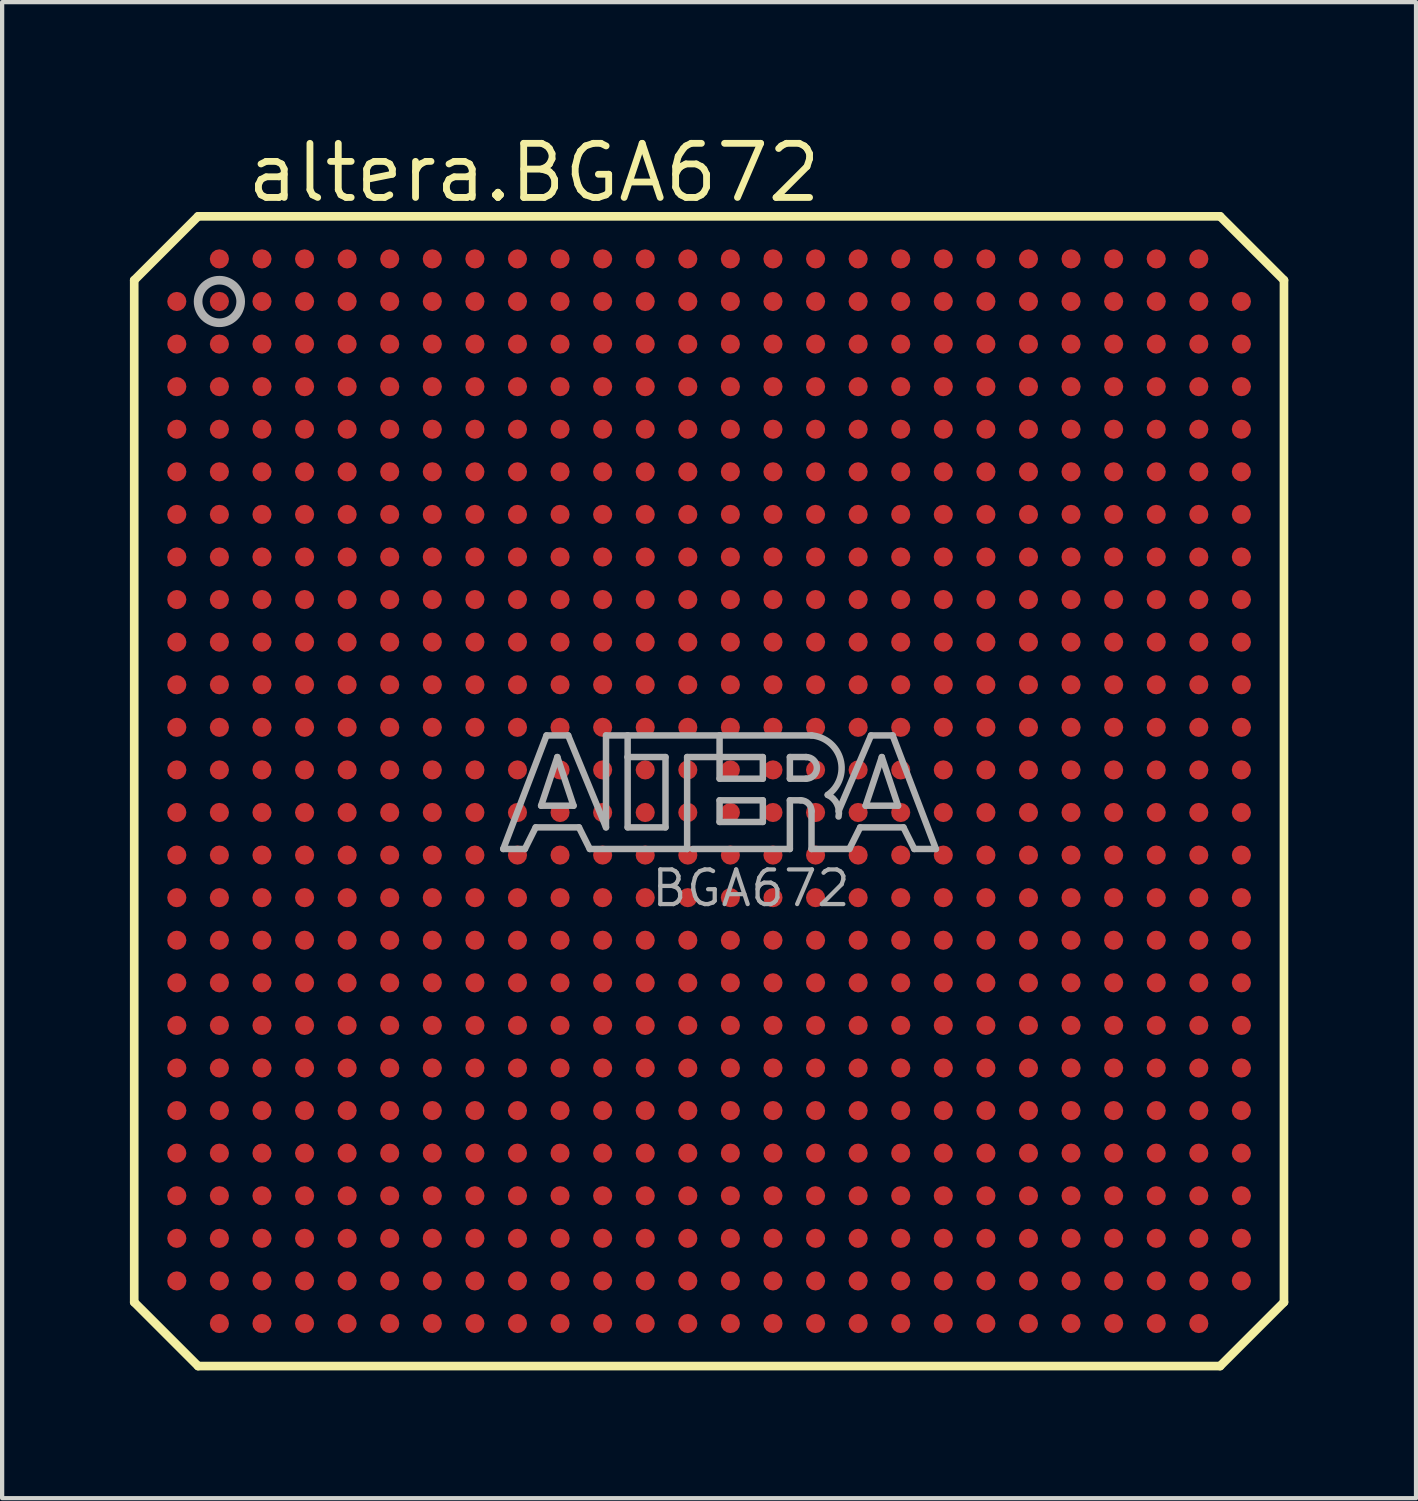
<source format=kicad_pcb>
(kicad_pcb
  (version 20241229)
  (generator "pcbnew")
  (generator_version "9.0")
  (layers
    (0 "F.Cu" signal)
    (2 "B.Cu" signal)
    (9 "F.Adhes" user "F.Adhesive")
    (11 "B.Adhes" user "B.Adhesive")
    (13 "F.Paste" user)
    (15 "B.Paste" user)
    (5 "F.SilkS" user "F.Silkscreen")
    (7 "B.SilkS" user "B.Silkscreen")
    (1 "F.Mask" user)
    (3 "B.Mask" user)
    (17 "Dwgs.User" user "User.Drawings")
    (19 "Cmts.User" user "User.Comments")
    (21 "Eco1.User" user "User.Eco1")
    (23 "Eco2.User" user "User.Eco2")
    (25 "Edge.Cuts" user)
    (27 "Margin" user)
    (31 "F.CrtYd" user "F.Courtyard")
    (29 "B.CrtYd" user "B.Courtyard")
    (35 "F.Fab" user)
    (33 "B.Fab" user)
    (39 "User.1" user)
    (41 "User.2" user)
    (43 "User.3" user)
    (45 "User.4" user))
  (footprint "altera.BGA672"
    (layer "F.Cu")
    (at 13.602 15.53)
    (property "Reference" "altera.BGA672" (at -10.93 -13.78 0) (layer "F.SilkS") (effects (font (size 1.27 1.27) (thickness 0.16)) (justify left bottom)))
    (attr smd)
    (fp_line (start -13.5 -12) (end -13.5 12) (stroke (width 0.203) (type default)) (layer "F.SilkS"))
    (fp_line (start -13.5 12) (end -12 13.5) (stroke (width 0.203) (type default)) (layer "F.SilkS"))
    (fp_line (start -12 -13.5) (end -13.5 -12) (stroke (width 0.203) (type default)) (layer "F.SilkS"))
    (fp_line (start -12 13.5) (end 12 13.5) (stroke (width 0.203) (type default)) (layer "F.SilkS"))
    (fp_line (start 12 -13.5) (end -12 -13.5) (stroke (width 0.203) (type default)) (layer "F.SilkS"))
    (fp_line (start 12 13.5) (end 13.5 12) (stroke (width 0.203) (type default)) (layer "F.SilkS"))
    (fp_line (start 13.5 -12) (end 12 -13.5) (stroke (width 0.203) (type default)) (layer "F.SilkS"))
    (fp_line (start 13.5 12) (end 13.5 -12) (stroke (width 0.203) (type default)) (layer "F.SilkS"))
    (fp_line (start -4.834 1.357) (end -3.818 -1.31) (stroke (width 0.152) (type default)) (layer "F.Fab"))
    (fp_line (start -4.326 1.357) (end -4.834 1.357) (stroke (width 0.152) (type default)) (layer "F.Fab"))
    (fp_line (start -4.072 0.849) (end -4.326 1.357) (stroke (width 0.152) (type default)) (layer "F.Fab"))
    (fp_line (start -3.945 0.341) (end -3.183 0.341) (stroke (width 0.152) (type default)) (layer "F.Fab"))
    (fp_line (start -3.818 -1.31) (end -3.31 -1.31) (stroke (width 0.152) (type default)) (layer "F.Fab"))
    (fp_line (start -3.564 -0.802) (end -3.945 0.341) (stroke (width 0.152) (type default)) (layer "F.Fab"))
    (fp_line (start -3.31 -1.31) (end -2.421 0.849) (stroke (width 0.152) (type default)) (layer "F.Fab"))
    (fp_line (start -3.183 0.341) (end -3.564 -0.802) (stroke (width 0.152) (type default)) (layer "F.Fab"))
    (fp_line (start -3.056 0.849) (end -4.072 0.849) (stroke (width 0.152) (type default)) (layer "F.Fab"))
    (fp_line (start -2.802 1.357) (end -3.056 0.849) (stroke (width 0.152) (type default)) (layer "F.Fab"))
    (fp_line (start -2.421 -1.31) (end -1.913 -1.31) (stroke (width 0.152) (type default)) (layer "F.Fab"))
    (fp_line (start -2.421 0.849) (end -2.421 -1.31) (stroke (width 0.152) (type default)) (layer "F.Fab"))
    (fp_line (start -1.913 -1.31) (end -1.913 -0.802) (stroke (width 0.152) (type default)) (layer "F.Fab"))
    (fp_line (start -1.913 -1.31) (end 0.246 -1.31) (stroke (width 0.152) (type default)) (layer "F.Fab"))
    (fp_line (start -1.913 -0.802) (end -1.913 0.849) (stroke (width 0.152) (type default)) (layer "F.Fab"))
    (fp_line (start -1.913 0.849) (end -1.024 0.849) (stroke (width 0.152) (type default)) (layer "F.Fab"))
    (fp_line (start -1.024 -0.802) (end -1.913 -0.802) (stroke (width 0.152) (type default)) (layer "F.Fab"))
    (fp_line (start -1.024 0.849) (end -1.024 -0.802) (stroke (width 0.152) (type default)) (layer "F.Fab"))
    (fp_line (start -0.516 -0.802) (end -0.516 1.357) (stroke (width 0.152) (type default)) (layer "F.Fab"))
    (fp_line (start -0.516 1.357) (end -2.802 1.357) (stroke (width 0.152) (type default)) (layer "F.Fab"))
    (fp_line (start 0.246 -1.31) (end 0.246 -0.802) (stroke (width 0.152) (type default)) (layer "F.Fab"))
    (fp_line (start 0.246 -1.31) (end 2.405 -1.31) (stroke (width 0.152) (type default)) (layer "F.Fab"))
    (fp_line (start 0.246 -0.802) (end -0.516 -0.802) (stroke (width 0.152) (type default)) (layer "F.Fab"))
    (fp_line (start 0.246 -0.802) (end 0.246 -0.294) (stroke (width 0.152) (type default)) (layer "F.Fab"))
    (fp_line (start 0.246 -0.294) (end 1.262 -0.294) (stroke (width 0.152) (type default)) (layer "F.Fab"))
    (fp_line (start 0.246 0.214) (end 1.262 0.214) (stroke (width 0.152) (type default)) (layer "F.Fab"))
    (fp_line (start 0.246 0.722) (end 0.246 0.214) (stroke (width 0.152) (type default)) (layer "F.Fab"))
    (fp_line (start 1.262 -0.802) (end 0.246 -0.802) (stroke (width 0.152) (type default)) (layer "F.Fab"))
    (fp_line (start 1.262 -0.294) (end 1.262 -0.802) (stroke (width 0.152) (type default)) (layer "F.Fab"))
    (fp_line (start 1.262 0.214) (end 1.262 0.722) (stroke (width 0.152) (type default)) (layer "F.Fab"))
    (fp_line (start 1.262 0.722) (end 0.246 0.722) (stroke (width 0.152) (type default)) (layer "F.Fab"))
    (fp_line (start 1.897 -0.802) (end 1.897 -0.294) (stroke (width 0.152) (type default)) (layer "F.Fab"))
    (fp_line (start 1.897 -0.294) (end 2.278 -0.294) (stroke (width 0.152) (type default)) (layer "F.Fab"))
    (fp_line (start 1.897 0.214) (end 1.897 1.357) (stroke (width 0.152) (type default)) (layer "F.Fab"))
    (fp_line (start 1.897 0.214) (end 2.151 0.214) (stroke (width 0.152) (type default)) (layer "F.Fab"))
    (fp_line (start 1.897 1.357) (end -0.389 1.357) (stroke (width 0.152) (type default)) (layer "F.Fab"))
    (fp_line (start 2.278 -0.802) (end 1.897 -0.802) (stroke (width 0.152) (type default)) (layer "F.Fab"))
    (fp_line (start 2.405 0.468) (end 2.405 1.357) (stroke (width 0.152) (type default)) (layer "F.Fab"))
    (fp_line (start 2.405 1.357) (end 3.294 1.357) (stroke (width 0.152) (type default)) (layer "F.Fab"))
    (fp_line (start 3.294 1.357) (end 3.548 0.849) (stroke (width 0.152) (type default)) (layer "F.Fab"))
    (fp_line (start 3.548 0.849) (end 4.564 0.849) (stroke (width 0.152) (type default)) (layer "F.Fab"))
    (fp_line (start 3.675 0.341) (end 4.056 -0.802) (stroke (width 0.152) (type default)) (layer "F.Fab"))
    (fp_line (start 3.802 -1.31) (end 3.04 0.468) (stroke (width 0.152) (type default)) (layer "F.Fab"))
    (fp_line (start 4.056 -0.802) (end 4.437 0.341) (stroke (width 0.152) (type default)) (layer "F.Fab"))
    (fp_line (start 4.31 -1.31) (end 3.802 -1.31) (stroke (width 0.152) (type default)) (layer "F.Fab"))
    (fp_line (start 4.437 0.341) (end 3.675 0.341) (stroke (width 0.152) (type default)) (layer "F.Fab"))
    (fp_line (start 4.564 0.849) (end 4.818 1.357) (stroke (width 0.152) (type default)) (layer "F.Fab"))
    (fp_line (start 4.818 1.357) (end 5.326 1.357) (stroke (width 0.152) (type default)) (layer "F.Fab"))
    (fp_line (start 5.326 1.357) (end 4.31 -1.31) (stroke (width 0.152) (type default)) (layer "F.Fab"))
    (fp_arc (start 2.151 0.214) (mid 2.330605 0.288395) (end 2.405 0.468) (stroke (width 0.1524) (type default)) (layer "F.Fab"))
    (fp_arc (start 2.278 -0.802) (mid 2.532 -0.548) (end 2.278 -0.294) (stroke (width 0.1524) (type default)) (layer "F.Fab"))
    (fp_arc (start 2.405 -1.31) (mid 3.084953 -0.74477) (end 2.7861 0.0874) (stroke (width 0.1524) (type default)) (layer "F.Fab"))
    (fp_arc (start 2.7861 0.0871) (mid 3.002081 0.296587) (end 3.0398 0.5951) (stroke (width 0.1524) (type default)) (layer "F.Fab"))
    (fp_circle (center -11.5 -11.5) (end -11 -11.5) (stroke (width 0.203) (type default)) (fill no) (layer "F.Fab"))
    (fp_text user "BGA672" (at -1.405 2.755 0) (layer "F.Fab") (effects (font (size 0.813 0.813) (thickness 0.1)) (justify left bottom)))
    (pad "A2" smd roundrect (at -11.5 -12.5) (size 0.45 0.45) (layers "F.Cu" "F.Mask" "F.Paste") (roundrect_rratio 0.5))
    (pad "A3" smd roundrect (at -10.5 -12.5) (size 0.45 0.45) (layers "F.Cu" "F.Mask" "F.Paste") (roundrect_rratio 0.5))
    (pad "A4" smd roundrect (at -9.5 -12.5) (size 0.45 0.45) (layers "F.Cu" "F.Mask" "F.Paste") (roundrect_rratio 0.5))
    (pad "A5" smd roundrect (at -8.5 -12.5) (size 0.45 0.45) (layers "F.Cu" "F.Mask" "F.Paste") (roundrect_rratio 0.5))
    (pad "A6" smd roundrect (at -7.5 -12.5) (size 0.45 0.45) (layers "F.Cu" "F.Mask" "F.Paste") (roundrect_rratio 0.5))
    (pad "A7" smd roundrect (at -6.5 -12.5) (size 0.45 0.45) (layers "F.Cu" "F.Mask" "F.Paste") (roundrect_rratio 0.5))
    (pad "A8" smd roundrect (at -5.5 -12.5) (size 0.45 0.45) (layers "F.Cu" "F.Mask" "F.Paste") (roundrect_rratio 0.5))
    (pad "A9" smd roundrect (at -4.5 -12.5) (size 0.45 0.45) (layers "F.Cu" "F.Mask" "F.Paste") (roundrect_rratio 0.5))
    (pad "A10" smd roundrect (at -3.5 -12.5) (size 0.45 0.45) (layers "F.Cu" "F.Mask" "F.Paste") (roundrect_rratio 0.5))
    (pad "A11" smd roundrect (at -2.5 -12.5) (size 0.45 0.45) (layers "F.Cu" "F.Mask" "F.Paste") (roundrect_rratio 0.5))
    (pad "A12" smd roundrect (at -1.5 -12.5) (size 0.45 0.45) (layers "F.Cu" "F.Mask" "F.Paste") (roundrect_rratio 0.5))
    (pad "A13" smd roundrect (at -0.5 -12.5) (size 0.45 0.45) (layers "F.Cu" "F.Mask" "F.Paste") (roundrect_rratio 0.5))
    (pad "A14" smd roundrect (at 0.5 -12.5) (size 0.45 0.45) (layers "F.Cu" "F.Mask" "F.Paste") (roundrect_rratio 0.5))
    (pad "A15" smd roundrect (at 1.5 -12.5) (size 0.45 0.45) (layers "F.Cu" "F.Mask" "F.Paste") (roundrect_rratio 0.5))
    (pad "A16" smd roundrect (at 2.5 -12.5) (size 0.45 0.45) (layers "F.Cu" "F.Mask" "F.Paste") (roundrect_rratio 0.5))
    (pad "A17" smd roundrect (at 3.5 -12.5) (size 0.45 0.45) (layers "F.Cu" "F.Mask" "F.Paste") (roundrect_rratio 0.5))
    (pad "A18" smd roundrect (at 4.5 -12.5) (size 0.45 0.45) (layers "F.Cu" "F.Mask" "F.Paste") (roundrect_rratio 0.5))
    (pad "A19" smd roundrect (at 5.5 -12.5) (size 0.45 0.45) (layers "F.Cu" "F.Mask" "F.Paste") (roundrect_rratio 0.5))
    (pad "A20" smd roundrect (at 6.5 -12.5) (size 0.45 0.45) (layers "F.Cu" "F.Mask" "F.Paste") (roundrect_rratio 0.5))
    (pad "A21" smd roundrect (at 7.5 -12.5) (size 0.45 0.45) (layers "F.Cu" "F.Mask" "F.Paste") (roundrect_rratio 0.5))
    (pad "A22" smd roundrect (at 8.5 -12.5) (size 0.45 0.45) (layers "F.Cu" "F.Mask" "F.Paste") (roundrect_rratio 0.5))
    (pad "A23" smd roundrect (at 9.5 -12.5) (size 0.45 0.45) (layers "F.Cu" "F.Mask" "F.Paste") (roundrect_rratio 0.5))
    (pad "A24" smd roundrect (at 10.5 -12.5) (size 0.45 0.45) (layers "F.Cu" "F.Mask" "F.Paste") (roundrect_rratio 0.5))
    (pad "A25" smd roundrect (at 11.5 -12.5) (size 0.45 0.45) (layers "F.Cu" "F.Mask" "F.Paste") (roundrect_rratio 0.5))
    (pad "AA1" smd roundrect (at -12.5 7.5) (size 0.45 0.45) (layers "F.Cu" "F.Mask" "F.Paste") (roundrect_rratio 0.5))
    (pad "AA2" smd roundrect (at -11.5 7.5) (size 0.45 0.45) (layers "F.Cu" "F.Mask" "F.Paste") (roundrect_rratio 0.5))
    (pad "AA3" smd roundrect (at -10.5 7.5) (size 0.45 0.45) (layers "F.Cu" "F.Mask" "F.Paste") (roundrect_rratio 0.5))
    (pad "AA4" smd roundrect (at -9.5 7.5) (size 0.45 0.45) (layers "F.Cu" "F.Mask" "F.Paste") (roundrect_rratio 0.5))
    (pad "AA5" smd roundrect (at -8.5 7.5) (size 0.45 0.45) (layers "F.Cu" "F.Mask" "F.Paste") (roundrect_rratio 0.5))
    (pad "AA6" smd roundrect (at -7.5 7.5) (size 0.45 0.45) (layers "F.Cu" "F.Mask" "F.Paste") (roundrect_rratio 0.5))
    (pad "AA7" smd roundrect (at -6.5 7.5) (size 0.45 0.45) (layers "F.Cu" "F.Mask" "F.Paste") (roundrect_rratio 0.5))
    (pad "AA8" smd roundrect (at -5.5 7.5) (size 0.45 0.45) (layers "F.Cu" "F.Mask" "F.Paste") (roundrect_rratio 0.5))
    (pad "AA9" smd roundrect (at -4.5 7.5) (size 0.45 0.45) (layers "F.Cu" "F.Mask" "F.Paste") (roundrect_rratio 0.5))
    (pad "AA10" smd roundrect (at -3.5 7.5) (size 0.45 0.45) (layers "F.Cu" "F.Mask" "F.Paste") (roundrect_rratio 0.5))
    (pad "AA11" smd roundrect (at -2.5 7.5) (size 0.45 0.45) (layers "F.Cu" "F.Mask" "F.Paste") (roundrect_rratio 0.5))
    (pad "AA12" smd roundrect (at -1.5 7.5) (size 0.45 0.45) (layers "F.Cu" "F.Mask" "F.Paste") (roundrect_rratio 0.5))
    (pad "AA13" smd roundrect (at -0.5 7.5) (size 0.45 0.45) (layers "F.Cu" "F.Mask" "F.Paste") (roundrect_rratio 0.5))
    (pad "AA14" smd roundrect (at 0.5 7.5) (size 0.45 0.45) (layers "F.Cu" "F.Mask" "F.Paste") (roundrect_rratio 0.5))
    (pad "AA15" smd roundrect (at 1.5 7.5) (size 0.45 0.45) (layers "F.Cu" "F.Mask" "F.Paste") (roundrect_rratio 0.5))
    (pad "AA16" smd roundrect (at 2.5 7.5) (size 0.45 0.45) (layers "F.Cu" "F.Mask" "F.Paste") (roundrect_rratio 0.5))
    (pad "AA17" smd roundrect (at 3.5 7.5) (size 0.45 0.45) (layers "F.Cu" "F.Mask" "F.Paste") (roundrect_rratio 0.5))
    (pad "AA18" smd roundrect (at 4.5 7.5) (size 0.45 0.45) (layers "F.Cu" "F.Mask" "F.Paste") (roundrect_rratio 0.5))
    (pad "AA19" smd roundrect (at 5.5 7.5) (size 0.45 0.45) (layers "F.Cu" "F.Mask" "F.Paste") (roundrect_rratio 0.5))
    (pad "AA20" smd roundrect (at 6.5 7.5) (size 0.45 0.45) (layers "F.Cu" "F.Mask" "F.Paste") (roundrect_rratio 0.5))
    (pad "AA21" smd roundrect (at 7.5 7.5) (size 0.45 0.45) (layers "F.Cu" "F.Mask" "F.Paste") (roundrect_rratio 0.5))
    (pad "AA22" smd roundrect (at 8.5 7.5) (size 0.45 0.45) (layers "F.Cu" "F.Mask" "F.Paste") (roundrect_rratio 0.5))
    (pad "AA23" smd roundrect (at 9.5 7.5) (size 0.45 0.45) (layers "F.Cu" "F.Mask" "F.Paste") (roundrect_rratio 0.5))
    (pad "AA24" smd roundrect (at 10.5 7.5) (size 0.45 0.45) (layers "F.Cu" "F.Mask" "F.Paste") (roundrect_rratio 0.5))
    (pad "AA25" smd roundrect (at 11.5 7.5) (size 0.45 0.45) (layers "F.Cu" "F.Mask" "F.Paste") (roundrect_rratio 0.5))
    (pad "AA26" smd roundrect (at 12.5 7.5) (size 0.45 0.45) (layers "F.Cu" "F.Mask" "F.Paste") (roundrect_rratio 0.5))
    (pad "AB1" smd roundrect (at -12.5 8.5) (size 0.45 0.45) (layers "F.Cu" "F.Mask" "F.Paste") (roundrect_rratio 0.5))
    (pad "AB2" smd roundrect (at -11.5 8.5) (size 0.45 0.45) (layers "F.Cu" "F.Mask" "F.Paste") (roundrect_rratio 0.5))
    (pad "AB3" smd roundrect (at -10.5 8.5) (size 0.45 0.45) (layers "F.Cu" "F.Mask" "F.Paste") (roundrect_rratio 0.5))
    (pad "AB4" smd roundrect (at -9.5 8.5) (size 0.45 0.45) (layers "F.Cu" "F.Mask" "F.Paste") (roundrect_rratio 0.5))
    (pad "AB5" smd roundrect (at -8.5 8.5) (size 0.45 0.45) (layers "F.Cu" "F.Mask" "F.Paste") (roundrect_rratio 0.5))
    (pad "AB6" smd roundrect (at -7.5 8.5) (size 0.45 0.45) (layers "F.Cu" "F.Mask" "F.Paste") (roundrect_rratio 0.5))
    (pad "AB7" smd roundrect (at -6.5 8.5) (size 0.45 0.45) (layers "F.Cu" "F.Mask" "F.Paste") (roundrect_rratio 0.5))
    (pad "AB8" smd roundrect (at -5.5 8.5) (size 0.45 0.45) (layers "F.Cu" "F.Mask" "F.Paste") (roundrect_rratio 0.5))
    (pad "AB9" smd roundrect (at -4.5 8.5) (size 0.45 0.45) (layers "F.Cu" "F.Mask" "F.Paste") (roundrect_rratio 0.5))
    (pad "AB10" smd roundrect (at -3.5 8.5) (size 0.45 0.45) (layers "F.Cu" "F.Mask" "F.Paste") (roundrect_rratio 0.5))
    (pad "AB11" smd roundrect (at -2.5 8.5) (size 0.45 0.45) (layers "F.Cu" "F.Mask" "F.Paste") (roundrect_rratio 0.5))
    (pad "AB12" smd roundrect (at -1.5 8.5) (size 0.45 0.45) (layers "F.Cu" "F.Mask" "F.Paste") (roundrect_rratio 0.5))
    (pad "AB13" smd roundrect (at -0.5 8.5) (size 0.45 0.45) (layers "F.Cu" "F.Mask" "F.Paste") (roundrect_rratio 0.5))
    (pad "AB14" smd roundrect (at 0.5 8.5) (size 0.45 0.45) (layers "F.Cu" "F.Mask" "F.Paste") (roundrect_rratio 0.5))
    (pad "AB15" smd roundrect (at 1.5 8.5) (size 0.45 0.45) (layers "F.Cu" "F.Mask" "F.Paste") (roundrect_rratio 0.5))
    (pad "AB16" smd roundrect (at 2.5 8.5) (size 0.45 0.45) (layers "F.Cu" "F.Mask" "F.Paste") (roundrect_rratio 0.5))
    (pad "AB17" smd roundrect (at 3.5 8.5) (size 0.45 0.45) (layers "F.Cu" "F.Mask" "F.Paste") (roundrect_rratio 0.5))
    (pad "AB18" smd roundrect (at 4.5 8.5) (size 0.45 0.45) (layers "F.Cu" "F.Mask" "F.Paste") (roundrect_rratio 0.5))
    (pad "AB19" smd roundrect (at 5.5 8.5) (size 0.45 0.45) (layers "F.Cu" "F.Mask" "F.Paste") (roundrect_rratio 0.5))
    (pad "AB20" smd roundrect (at 6.5 8.5) (size 0.45 0.45) (layers "F.Cu" "F.Mask" "F.Paste") (roundrect_rratio 0.5))
    (pad "AB21" smd roundrect (at 7.5 8.5) (size 0.45 0.45) (layers "F.Cu" "F.Mask" "F.Paste") (roundrect_rratio 0.5))
    (pad "AB22" smd roundrect (at 8.5 8.5) (size 0.45 0.45) (layers "F.Cu" "F.Mask" "F.Paste") (roundrect_rratio 0.5))
    (pad "AB23" smd roundrect (at 9.5 8.5) (size 0.45 0.45) (layers "F.Cu" "F.Mask" "F.Paste") (roundrect_rratio 0.5))
    (pad "AB24" smd roundrect (at 10.5 8.5) (size 0.45 0.45) (layers "F.Cu" "F.Mask" "F.Paste") (roundrect_rratio 0.5))
    (pad "AB25" smd roundrect (at 11.5 8.5) (size 0.45 0.45) (layers "F.Cu" "F.Mask" "F.Paste") (roundrect_rratio 0.5))
    (pad "AB26" smd roundrect (at 12.5 8.5) (size 0.45 0.45) (layers "F.Cu" "F.Mask" "F.Paste") (roundrect_rratio 0.5))
    (pad "AC1" smd roundrect (at -12.5 9.5) (size 0.45 0.45) (layers "F.Cu" "F.Mask" "F.Paste") (roundrect_rratio 0.5))
    (pad "AC2" smd roundrect (at -11.5 9.5) (size 0.45 0.45) (layers "F.Cu" "F.Mask" "F.Paste") (roundrect_rratio 0.5))
    (pad "AC3" smd roundrect (at -10.5 9.5) (size 0.45 0.45) (layers "F.Cu" "F.Mask" "F.Paste") (roundrect_rratio 0.5))
    (pad "AC4" smd roundrect (at -9.5 9.5) (size 0.45 0.45) (layers "F.Cu" "F.Mask" "F.Paste") (roundrect_rratio 0.5))
    (pad "AC5" smd roundrect (at -8.5 9.5) (size 0.45 0.45) (layers "F.Cu" "F.Mask" "F.Paste") (roundrect_rratio 0.5))
    (pad "AC6" smd roundrect (at -7.5 9.5) (size 0.45 0.45) (layers "F.Cu" "F.Mask" "F.Paste") (roundrect_rratio 0.5))
    (pad "AC7" smd roundrect (at -6.5 9.5) (size 0.45 0.45) (layers "F.Cu" "F.Mask" "F.Paste") (roundrect_rratio 0.5))
    (pad "AC8" smd roundrect (at -5.5 9.5) (size 0.45 0.45) (layers "F.Cu" "F.Mask" "F.Paste") (roundrect_rratio 0.5))
    (pad "AC9" smd roundrect (at -4.5 9.5) (size 0.45 0.45) (layers "F.Cu" "F.Mask" "F.Paste") (roundrect_rratio 0.5))
    (pad "AC10" smd roundrect (at -3.5 9.5) (size 0.45 0.45) (layers "F.Cu" "F.Mask" "F.Paste") (roundrect_rratio 0.5))
    (pad "AC11" smd roundrect (at -2.5 9.5) (size 0.45 0.45) (layers "F.Cu" "F.Mask" "F.Paste") (roundrect_rratio 0.5))
    (pad "AC12" smd roundrect (at -1.5 9.5) (size 0.45 0.45) (layers "F.Cu" "F.Mask" "F.Paste") (roundrect_rratio 0.5))
    (pad "AC13" smd roundrect (at -0.5 9.5) (size 0.45 0.45) (layers "F.Cu" "F.Mask" "F.Paste") (roundrect_rratio 0.5))
    (pad "AC14" smd roundrect (at 0.5 9.5) (size 0.45 0.45) (layers "F.Cu" "F.Mask" "F.Paste") (roundrect_rratio 0.5))
    (pad "AC15" smd roundrect (at 1.5 9.5) (size 0.45 0.45) (layers "F.Cu" "F.Mask" "F.Paste") (roundrect_rratio 0.5))
    (pad "AC16" smd roundrect (at 2.5 9.5) (size 0.45 0.45) (layers "F.Cu" "F.Mask" "F.Paste") (roundrect_rratio 0.5))
    (pad "AC17" smd roundrect (at 3.5 9.5) (size 0.45 0.45) (layers "F.Cu" "F.Mask" "F.Paste") (roundrect_rratio 0.5))
    (pad "AC18" smd roundrect (at 4.5 9.5) (size 0.45 0.45) (layers "F.Cu" "F.Mask" "F.Paste") (roundrect_rratio 0.5))
    (pad "AC19" smd roundrect (at 5.5 9.5) (size 0.45 0.45) (layers "F.Cu" "F.Mask" "F.Paste") (roundrect_rratio 0.5))
    (pad "AC20" smd roundrect (at 6.5 9.5) (size 0.45 0.45) (layers "F.Cu" "F.Mask" "F.Paste") (roundrect_rratio 0.5))
    (pad "AC21" smd roundrect (at 7.5 9.5) (size 0.45 0.45) (layers "F.Cu" "F.Mask" "F.Paste") (roundrect_rratio 0.5))
    (pad "AC22" smd roundrect (at 8.5 9.5) (size 0.45 0.45) (layers "F.Cu" "F.Mask" "F.Paste") (roundrect_rratio 0.5))
    (pad "AC23" smd roundrect (at 9.5 9.5) (size 0.45 0.45) (layers "F.Cu" "F.Mask" "F.Paste") (roundrect_rratio 0.5))
    (pad "AC24" smd roundrect (at 10.5 9.5) (size 0.45 0.45) (layers "F.Cu" "F.Mask" "F.Paste") (roundrect_rratio 0.5))
    (pad "AC25" smd roundrect (at 11.5 9.5) (size 0.45 0.45) (layers "F.Cu" "F.Mask" "F.Paste") (roundrect_rratio 0.5))
    (pad "AC26" smd roundrect (at 12.5 9.5) (size 0.45 0.45) (layers "F.Cu" "F.Mask" "F.Paste") (roundrect_rratio 0.5))
    (pad "AD1" smd roundrect (at -12.5 10.5) (size 0.45 0.45) (layers "F.Cu" "F.Mask" "F.Paste") (roundrect_rratio 0.5))
    (pad "AD2" smd roundrect (at -11.5 10.5) (size 0.45 0.45) (layers "F.Cu" "F.Mask" "F.Paste") (roundrect_rratio 0.5))
    (pad "AD3" smd roundrect (at -10.5 10.5) (size 0.45 0.45) (layers "F.Cu" "F.Mask" "F.Paste") (roundrect_rratio 0.5))
    (pad "AD4" smd roundrect (at -9.5 10.5) (size 0.45 0.45) (layers "F.Cu" "F.Mask" "F.Paste") (roundrect_rratio 0.5))
    (pad "AD5" smd roundrect (at -8.5 10.5) (size 0.45 0.45) (layers "F.Cu" "F.Mask" "F.Paste") (roundrect_rratio 0.5))
    (pad "AD6" smd roundrect (at -7.5 10.5) (size 0.45 0.45) (layers "F.Cu" "F.Mask" "F.Paste") (roundrect_rratio 0.5))
    (pad "AD7" smd roundrect (at -6.5 10.5) (size 0.45 0.45) (layers "F.Cu" "F.Mask" "F.Paste") (roundrect_rratio 0.5))
    (pad "AD8" smd roundrect (at -5.5 10.5) (size 0.45 0.45) (layers "F.Cu" "F.Mask" "F.Paste") (roundrect_rratio 0.5))
    (pad "AD9" smd roundrect (at -4.5 10.5) (size 0.45 0.45) (layers "F.Cu" "F.Mask" "F.Paste") (roundrect_rratio 0.5))
    (pad "AD10" smd roundrect (at -3.5 10.5) (size 0.45 0.45) (layers "F.Cu" "F.Mask" "F.Paste") (roundrect_rratio 0.5))
    (pad "AD11" smd roundrect (at -2.5 10.5) (size 0.45 0.45) (layers "F.Cu" "F.Mask" "F.Paste") (roundrect_rratio 0.5))
    (pad "AD12" smd roundrect (at -1.5 10.5) (size 0.45 0.45) (layers "F.Cu" "F.Mask" "F.Paste") (roundrect_rratio 0.5))
    (pad "AD13" smd roundrect (at -0.5 10.5) (size 0.45 0.45) (layers "F.Cu" "F.Mask" "F.Paste") (roundrect_rratio 0.5))
    (pad "AD14" smd roundrect (at 0.5 10.5) (size 0.45 0.45) (layers "F.Cu" "F.Mask" "F.Paste") (roundrect_rratio 0.5))
    (pad "AD15" smd roundrect (at 1.5 10.5) (size 0.45 0.45) (layers "F.Cu" "F.Mask" "F.Paste") (roundrect_rratio 0.5))
    (pad "AD16" smd roundrect (at 2.5 10.5) (size 0.45 0.45) (layers "F.Cu" "F.Mask" "F.Paste") (roundrect_rratio 0.5))
    (pad "AD17" smd roundrect (at 3.5 10.5) (size 0.45 0.45) (layers "F.Cu" "F.Mask" "F.Paste") (roundrect_rratio 0.5))
    (pad "AD18" smd roundrect (at 4.5 10.5) (size 0.45 0.45) (layers "F.Cu" "F.Mask" "F.Paste") (roundrect_rratio 0.5))
    (pad "AD19" smd roundrect (at 5.5 10.5) (size 0.45 0.45) (layers "F.Cu" "F.Mask" "F.Paste") (roundrect_rratio 0.5))
    (pad "AD20" smd roundrect (at 6.5 10.5) (size 0.45 0.45) (layers "F.Cu" "F.Mask" "F.Paste") (roundrect_rratio 0.5))
    (pad "AD21" smd roundrect (at 7.5 10.5) (size 0.45 0.45) (layers "F.Cu" "F.Mask" "F.Paste") (roundrect_rratio 0.5))
    (pad "AD22" smd roundrect (at 8.5 10.5) (size 0.45 0.45) (layers "F.Cu" "F.Mask" "F.Paste") (roundrect_rratio 0.5))
    (pad "AD23" smd roundrect (at 9.5 10.5) (size 0.45 0.45) (layers "F.Cu" "F.Mask" "F.Paste") (roundrect_rratio 0.5))
    (pad "AD24" smd roundrect (at 10.5 10.5) (size 0.45 0.45) (layers "F.Cu" "F.Mask" "F.Paste") (roundrect_rratio 0.5))
    (pad "AD25" smd roundrect (at 11.5 10.5) (size 0.45 0.45) (layers "F.Cu" "F.Mask" "F.Paste") (roundrect_rratio 0.5))
    (pad "AD26" smd roundrect (at 12.5 10.5) (size 0.45 0.45) (layers "F.Cu" "F.Mask" "F.Paste") (roundrect_rratio 0.5))
    (pad "AE1" smd roundrect (at -12.5 11.5) (size 0.45 0.45) (layers "F.Cu" "F.Mask" "F.Paste") (roundrect_rratio 0.5))
    (pad "AE2" smd roundrect (at -11.5 11.5) (size 0.45 0.45) (layers "F.Cu" "F.Mask" "F.Paste") (roundrect_rratio 0.5))
    (pad "AE3" smd roundrect (at -10.5 11.5) (size 0.45 0.45) (layers "F.Cu" "F.Mask" "F.Paste") (roundrect_rratio 0.5))
    (pad "AE4" smd roundrect (at -9.5 11.5) (size 0.45 0.45) (layers "F.Cu" "F.Mask" "F.Paste") (roundrect_rratio 0.5))
    (pad "AE5" smd roundrect (at -8.5 11.5) (size 0.45 0.45) (layers "F.Cu" "F.Mask" "F.Paste") (roundrect_rratio 0.5))
    (pad "AE6" smd roundrect (at -7.5 11.5) (size 0.45 0.45) (layers "F.Cu" "F.Mask" "F.Paste") (roundrect_rratio 0.5))
    (pad "AE7" smd roundrect (at -6.5 11.5) (size 0.45 0.45) (layers "F.Cu" "F.Mask" "F.Paste") (roundrect_rratio 0.5))
    (pad "AE8" smd roundrect (at -5.5 11.5) (size 0.45 0.45) (layers "F.Cu" "F.Mask" "F.Paste") (roundrect_rratio 0.5))
    (pad "AE9" smd roundrect (at -4.5 11.5) (size 0.45 0.45) (layers "F.Cu" "F.Mask" "F.Paste") (roundrect_rratio 0.5))
    (pad "AE10" smd roundrect (at -3.5 11.5) (size 0.45 0.45) (layers "F.Cu" "F.Mask" "F.Paste") (roundrect_rratio 0.5))
    (pad "AE11" smd roundrect (at -2.5 11.5) (size 0.45 0.45) (layers "F.Cu" "F.Mask" "F.Paste") (roundrect_rratio 0.5))
    (pad "AE12" smd roundrect (at -1.5 11.5) (size 0.45 0.45) (layers "F.Cu" "F.Mask" "F.Paste") (roundrect_rratio 0.5))
    (pad "AE13" smd roundrect (at -0.5 11.5) (size 0.45 0.45) (layers "F.Cu" "F.Mask" "F.Paste") (roundrect_rratio 0.5))
    (pad "AE14" smd roundrect (at 0.5 11.5) (size 0.45 0.45) (layers "F.Cu" "F.Mask" "F.Paste") (roundrect_rratio 0.5))
    (pad "AE15" smd roundrect (at 1.5 11.5) (size 0.45 0.45) (layers "F.Cu" "F.Mask" "F.Paste") (roundrect_rratio 0.5))
    (pad "AE16" smd roundrect (at 2.5 11.5) (size 0.45 0.45) (layers "F.Cu" "F.Mask" "F.Paste") (roundrect_rratio 0.5))
    (pad "AE17" smd roundrect (at 3.5 11.5) (size 0.45 0.45) (layers "F.Cu" "F.Mask" "F.Paste") (roundrect_rratio 0.5))
    (pad "AE18" smd roundrect (at 4.5 11.5) (size 0.45 0.45) (layers "F.Cu" "F.Mask" "F.Paste") (roundrect_rratio 0.5))
    (pad "AE19" smd roundrect (at 5.5 11.5) (size 0.45 0.45) (layers "F.Cu" "F.Mask" "F.Paste") (roundrect_rratio 0.5))
    (pad "AE20" smd roundrect (at 6.5 11.5) (size 0.45 0.45) (layers "F.Cu" "F.Mask" "F.Paste") (roundrect_rratio 0.5))
    (pad "AE21" smd roundrect (at 7.5 11.5) (size 0.45 0.45) (layers "F.Cu" "F.Mask" "F.Paste") (roundrect_rratio 0.5))
    (pad "AE22" smd roundrect (at 8.5 11.5) (size 0.45 0.45) (layers "F.Cu" "F.Mask" "F.Paste") (roundrect_rratio 0.5))
    (pad "AE23" smd roundrect (at 9.5 11.5) (size 0.45 0.45) (layers "F.Cu" "F.Mask" "F.Paste") (roundrect_rratio 0.5))
    (pad "AE24" smd roundrect (at 10.5 11.5) (size 0.45 0.45) (layers "F.Cu" "F.Mask" "F.Paste") (roundrect_rratio 0.5))
    (pad "AE25" smd roundrect (at 11.5 11.5) (size 0.45 0.45) (layers "F.Cu" "F.Mask" "F.Paste") (roundrect_rratio 0.5))
    (pad "AE26" smd roundrect (at 12.5 11.5) (size 0.45 0.45) (layers "F.Cu" "F.Mask" "F.Paste") (roundrect_rratio 0.5))
    (pad "AF2" smd roundrect (at -11.5 12.5) (size 0.45 0.45) (layers "F.Cu" "F.Mask" "F.Paste") (roundrect_rratio 0.5))
    (pad "AF3" smd roundrect (at -10.5 12.5) (size 0.45 0.45) (layers "F.Cu" "F.Mask" "F.Paste") (roundrect_rratio 0.5))
    (pad "AF4" smd roundrect (at -9.5 12.5) (size 0.45 0.45) (layers "F.Cu" "F.Mask" "F.Paste") (roundrect_rratio 0.5))
    (pad "AF5" smd roundrect (at -8.5 12.5) (size 0.45 0.45) (layers "F.Cu" "F.Mask" "F.Paste") (roundrect_rratio 0.5))
    (pad "AF6" smd roundrect (at -7.5 12.5) (size 0.45 0.45) (layers "F.Cu" "F.Mask" "F.Paste") (roundrect_rratio 0.5))
    (pad "AF7" smd roundrect (at -6.5 12.5) (size 0.45 0.45) (layers "F.Cu" "F.Mask" "F.Paste") (roundrect_rratio 0.5))
    (pad "AF8" smd roundrect (at -5.5 12.5) (size 0.45 0.45) (layers "F.Cu" "F.Mask" "F.Paste") (roundrect_rratio 0.5))
    (pad "AF9" smd roundrect (at -4.5 12.5) (size 0.45 0.45) (layers "F.Cu" "F.Mask" "F.Paste") (roundrect_rratio 0.5))
    (pad "AF10" smd roundrect (at -3.5 12.5) (size 0.45 0.45) (layers "F.Cu" "F.Mask" "F.Paste") (roundrect_rratio 0.5))
    (pad "AF11" smd roundrect (at -2.5 12.5) (size 0.45 0.45) (layers "F.Cu" "F.Mask" "F.Paste") (roundrect_rratio 0.5))
    (pad "AF12" smd roundrect (at -1.5 12.5) (size 0.45 0.45) (layers "F.Cu" "F.Mask" "F.Paste") (roundrect_rratio 0.5))
    (pad "AF13" smd roundrect (at -0.5 12.5) (size 0.45 0.45) (layers "F.Cu" "F.Mask" "F.Paste") (roundrect_rratio 0.5))
    (pad "AF14" smd roundrect (at 0.5 12.5) (size 0.45 0.45) (layers "F.Cu" "F.Mask" "F.Paste") (roundrect_rratio 0.5))
    (pad "AF15" smd roundrect (at 1.5 12.5) (size 0.45 0.45) (layers "F.Cu" "F.Mask" "F.Paste") (roundrect_rratio 0.5))
    (pad "AF16" smd roundrect (at 2.5 12.5) (size 0.45 0.45) (layers "F.Cu" "F.Mask" "F.Paste") (roundrect_rratio 0.5))
    (pad "AF17" smd roundrect (at 3.5 12.5) (size 0.45 0.45) (layers "F.Cu" "F.Mask" "F.Paste") (roundrect_rratio 0.5))
    (pad "AF18" smd roundrect (at 4.5 12.5) (size 0.45 0.45) (layers "F.Cu" "F.Mask" "F.Paste") (roundrect_rratio 0.5))
    (pad "AF19" smd roundrect (at 5.5 12.5) (size 0.45 0.45) (layers "F.Cu" "F.Mask" "F.Paste") (roundrect_rratio 0.5))
    (pad "AF20" smd roundrect (at 6.5 12.5) (size 0.45 0.45) (layers "F.Cu" "F.Mask" "F.Paste") (roundrect_rratio 0.5))
    (pad "AF21" smd roundrect (at 7.5 12.5) (size 0.45 0.45) (layers "F.Cu" "F.Mask" "F.Paste") (roundrect_rratio 0.5))
    (pad "AF22" smd roundrect (at 8.5 12.5) (size 0.45 0.45) (layers "F.Cu" "F.Mask" "F.Paste") (roundrect_rratio 0.5))
    (pad "AF23" smd roundrect (at 9.5 12.5) (size 0.45 0.45) (layers "F.Cu" "F.Mask" "F.Paste") (roundrect_rratio 0.5))
    (pad "AF24" smd roundrect (at 10.5 12.5) (size 0.45 0.45) (layers "F.Cu" "F.Mask" "F.Paste") (roundrect_rratio 0.5))
    (pad "AF25" smd roundrect (at 11.5 12.5) (size 0.45 0.45) (layers "F.Cu" "F.Mask" "F.Paste") (roundrect_rratio 0.5))
    (pad "B1" smd roundrect (at -12.5 -11.5) (size 0.45 0.45) (layers "F.Cu" "F.Mask" "F.Paste") (roundrect_rratio 0.5))
    (pad "B2" smd roundrect (at -11.5 -11.5) (size 0.45 0.45) (layers "F.Cu" "F.Mask" "F.Paste") (roundrect_rratio 0.5))
    (pad "B3" smd roundrect (at -10.5 -11.5) (size 0.45 0.45) (layers "F.Cu" "F.Mask" "F.Paste") (roundrect_rratio 0.5))
    (pad "B4" smd roundrect (at -9.5 -11.5) (size 0.45 0.45) (layers "F.Cu" "F.Mask" "F.Paste") (roundrect_rratio 0.5))
    (pad "B5" smd roundrect (at -8.5 -11.5) (size 0.45 0.45) (layers "F.Cu" "F.Mask" "F.Paste") (roundrect_rratio 0.5))
    (pad "B6" smd roundrect (at -7.5 -11.5) (size 0.45 0.45) (layers "F.Cu" "F.Mask" "F.Paste") (roundrect_rratio 0.5))
    (pad "B7" smd roundrect (at -6.5 -11.5) (size 0.45 0.45) (layers "F.Cu" "F.Mask" "F.Paste") (roundrect_rratio 0.5))
    (pad "B8" smd roundrect (at -5.5 -11.5) (size 0.45 0.45) (layers "F.Cu" "F.Mask" "F.Paste") (roundrect_rratio 0.5))
    (pad "B9" smd roundrect (at -4.5 -11.5) (size 0.45 0.45) (layers "F.Cu" "F.Mask" "F.Paste") (roundrect_rratio 0.5))
    (pad "B10" smd roundrect (at -3.5 -11.5) (size 0.45 0.45) (layers "F.Cu" "F.Mask" "F.Paste") (roundrect_rratio 0.5))
    (pad "B11" smd roundrect (at -2.5 -11.5) (size 0.45 0.45) (layers "F.Cu" "F.Mask" "F.Paste") (roundrect_rratio 0.5))
    (pad "B12" smd roundrect (at -1.5 -11.5) (size 0.45 0.45) (layers "F.Cu" "F.Mask" "F.Paste") (roundrect_rratio 0.5))
    (pad "B13" smd roundrect (at -0.5 -11.5) (size 0.45 0.45) (layers "F.Cu" "F.Mask" "F.Paste") (roundrect_rratio 0.5))
    (pad "B14" smd roundrect (at 0.5 -11.5) (size 0.45 0.45) (layers "F.Cu" "F.Mask" "F.Paste") (roundrect_rratio 0.5))
    (pad "B15" smd roundrect (at 1.5 -11.5) (size 0.45 0.45) (layers "F.Cu" "F.Mask" "F.Paste") (roundrect_rratio 0.5))
    (pad "B16" smd roundrect (at 2.5 -11.5) (size 0.45 0.45) (layers "F.Cu" "F.Mask" "F.Paste") (roundrect_rratio 0.5))
    (pad "B17" smd roundrect (at 3.5 -11.5) (size 0.45 0.45) (layers "F.Cu" "F.Mask" "F.Paste") (roundrect_rratio 0.5))
    (pad "B18" smd roundrect (at 4.5 -11.5) (size 0.45 0.45) (layers "F.Cu" "F.Mask" "F.Paste") (roundrect_rratio 0.5))
    (pad "B19" smd roundrect (at 5.5 -11.5) (size 0.45 0.45) (layers "F.Cu" "F.Mask" "F.Paste") (roundrect_rratio 0.5))
    (pad "B20" smd roundrect (at 6.5 -11.5) (size 0.45 0.45) (layers "F.Cu" "F.Mask" "F.Paste") (roundrect_rratio 0.5))
    (pad "B21" smd roundrect (at 7.5 -11.5) (size 0.45 0.45) (layers "F.Cu" "F.Mask" "F.Paste") (roundrect_rratio 0.5))
    (pad "B22" smd roundrect (at 8.5 -11.5) (size 0.45 0.45) (layers "F.Cu" "F.Mask" "F.Paste") (roundrect_rratio 0.5))
    (pad "B23" smd roundrect (at 9.5 -11.5) (size 0.45 0.45) (layers "F.Cu" "F.Mask" "F.Paste") (roundrect_rratio 0.5))
    (pad "B24" smd roundrect (at 10.5 -11.5) (size 0.45 0.45) (layers "F.Cu" "F.Mask" "F.Paste") (roundrect_rratio 0.5))
    (pad "B25" smd roundrect (at 11.5 -11.5) (size 0.45 0.45) (layers "F.Cu" "F.Mask" "F.Paste") (roundrect_rratio 0.5))
    (pad "B26" smd roundrect (at 12.5 -11.5) (size 0.45 0.45) (layers "F.Cu" "F.Mask" "F.Paste") (roundrect_rratio 0.5))
    (pad "C1" smd roundrect (at -12.5 -10.5) (size 0.45 0.45) (layers "F.Cu" "F.Mask" "F.Paste") (roundrect_rratio 0.5))
    (pad "C2" smd roundrect (at -11.5 -10.5) (size 0.45 0.45) (layers "F.Cu" "F.Mask" "F.Paste") (roundrect_rratio 0.5))
    (pad "C3" smd roundrect (at -10.5 -10.5) (size 0.45 0.45) (layers "F.Cu" "F.Mask" "F.Paste") (roundrect_rratio 0.5))
    (pad "C4" smd roundrect (at -9.5 -10.5) (size 0.45 0.45) (layers "F.Cu" "F.Mask" "F.Paste") (roundrect_rratio 0.5))
    (pad "C5" smd roundrect (at -8.5 -10.5) (size 0.45 0.45) (layers "F.Cu" "F.Mask" "F.Paste") (roundrect_rratio 0.5))
    (pad "C6" smd roundrect (at -7.5 -10.5) (size 0.45 0.45) (layers "F.Cu" "F.Mask" "F.Paste") (roundrect_rratio 0.5))
    (pad "C7" smd roundrect (at -6.5 -10.5) (size 0.45 0.45) (layers "F.Cu" "F.Mask" "F.Paste") (roundrect_rratio 0.5))
    (pad "C8" smd roundrect (at -5.5 -10.5) (size 0.45 0.45) (layers "F.Cu" "F.Mask" "F.Paste") (roundrect_rratio 0.5))
    (pad "C9" smd roundrect (at -4.5 -10.5) (size 0.45 0.45) (layers "F.Cu" "F.Mask" "F.Paste") (roundrect_rratio 0.5))
    (pad "C10" smd roundrect (at -3.5 -10.5) (size 0.45 0.45) (layers "F.Cu" "F.Mask" "F.Paste") (roundrect_rratio 0.5))
    (pad "C11" smd roundrect (at -2.5 -10.5) (size 0.45 0.45) (layers "F.Cu" "F.Mask" "F.Paste") (roundrect_rratio 0.5))
    (pad "C12" smd roundrect (at -1.5 -10.5) (size 0.45 0.45) (layers "F.Cu" "F.Mask" "F.Paste") (roundrect_rratio 0.5))
    (pad "C13" smd roundrect (at -0.5 -10.5) (size 0.45 0.45) (layers "F.Cu" "F.Mask" "F.Paste") (roundrect_rratio 0.5))
    (pad "C14" smd roundrect (at 0.5 -10.5) (size 0.45 0.45) (layers "F.Cu" "F.Mask" "F.Paste") (roundrect_rratio 0.5))
    (pad "C15" smd roundrect (at 1.5 -10.5) (size 0.45 0.45) (layers "F.Cu" "F.Mask" "F.Paste") (roundrect_rratio 0.5))
    (pad "C16" smd roundrect (at 2.5 -10.5) (size 0.45 0.45) (layers "F.Cu" "F.Mask" "F.Paste") (roundrect_rratio 0.5))
    (pad "C17" smd roundrect (at 3.5 -10.5) (size 0.45 0.45) (layers "F.Cu" "F.Mask" "F.Paste") (roundrect_rratio 0.5))
    (pad "C18" smd roundrect (at 4.5 -10.5) (size 0.45 0.45) (layers "F.Cu" "F.Mask" "F.Paste") (roundrect_rratio 0.5))
    (pad "C19" smd roundrect (at 5.5 -10.5) (size 0.45 0.45) (layers "F.Cu" "F.Mask" "F.Paste") (roundrect_rratio 0.5))
    (pad "C20" smd roundrect (at 6.5 -10.5) (size 0.45 0.45) (layers "F.Cu" "F.Mask" "F.Paste") (roundrect_rratio 0.5))
    (pad "C21" smd roundrect (at 7.5 -10.5) (size 0.45 0.45) (layers "F.Cu" "F.Mask" "F.Paste") (roundrect_rratio 0.5))
    (pad "C22" smd roundrect (at 8.5 -10.5) (size 0.45 0.45) (layers "F.Cu" "F.Mask" "F.Paste") (roundrect_rratio 0.5))
    (pad "C23" smd roundrect (at 9.5 -10.5) (size 0.45 0.45) (layers "F.Cu" "F.Mask" "F.Paste") (roundrect_rratio 0.5))
    (pad "C24" smd roundrect (at 10.5 -10.5) (size 0.45 0.45) (layers "F.Cu" "F.Mask" "F.Paste") (roundrect_rratio 0.5))
    (pad "C25" smd roundrect (at 11.5 -10.5) (size 0.45 0.45) (layers "F.Cu" "F.Mask" "F.Paste") (roundrect_rratio 0.5))
    (pad "C26" smd roundrect (at 12.5 -10.5) (size 0.45 0.45) (layers "F.Cu" "F.Mask" "F.Paste") (roundrect_rratio 0.5))
    (pad "D1" smd roundrect (at -12.5 -9.5) (size 0.45 0.45) (layers "F.Cu" "F.Mask" "F.Paste") (roundrect_rratio 0.5))
    (pad "D2" smd roundrect (at -11.5 -9.5) (size 0.45 0.45) (layers "F.Cu" "F.Mask" "F.Paste") (roundrect_rratio 0.5))
    (pad "D3" smd roundrect (at -10.5 -9.5) (size 0.45 0.45) (layers "F.Cu" "F.Mask" "F.Paste") (roundrect_rratio 0.5))
    (pad "D4" smd roundrect (at -9.5 -9.5) (size 0.45 0.45) (layers "F.Cu" "F.Mask" "F.Paste") (roundrect_rratio 0.5))
    (pad "D5" smd roundrect (at -8.5 -9.5) (size 0.45 0.45) (layers "F.Cu" "F.Mask" "F.Paste") (roundrect_rratio 0.5))
    (pad "D6" smd roundrect (at -7.5 -9.5) (size 0.45 0.45) (layers "F.Cu" "F.Mask" "F.Paste") (roundrect_rratio 0.5))
    (pad "D7" smd roundrect (at -6.5 -9.5) (size 0.45 0.45) (layers "F.Cu" "F.Mask" "F.Paste") (roundrect_rratio 0.5))
    (pad "D8" smd roundrect (at -5.5 -9.5) (size 0.45 0.45) (layers "F.Cu" "F.Mask" "F.Paste") (roundrect_rratio 0.5))
    (pad "D9" smd roundrect (at -4.5 -9.5) (size 0.45 0.45) (layers "F.Cu" "F.Mask" "F.Paste") (roundrect_rratio 0.5))
    (pad "D10" smd roundrect (at -3.5 -9.5) (size 0.45 0.45) (layers "F.Cu" "F.Mask" "F.Paste") (roundrect_rratio 0.5))
    (pad "D11" smd roundrect (at -2.5 -9.5) (size 0.45 0.45) (layers "F.Cu" "F.Mask" "F.Paste") (roundrect_rratio 0.5))
    (pad "D12" smd roundrect (at -1.5 -9.5) (size 0.45 0.45) (layers "F.Cu" "F.Mask" "F.Paste") (roundrect_rratio 0.5))
    (pad "D13" smd roundrect (at -0.5 -9.5) (size 0.45 0.45) (layers "F.Cu" "F.Mask" "F.Paste") (roundrect_rratio 0.5))
    (pad "D14" smd roundrect (at 0.5 -9.5) (size 0.45 0.45) (layers "F.Cu" "F.Mask" "F.Paste") (roundrect_rratio 0.5))
    (pad "D15" smd roundrect (at 1.5 -9.5) (size 0.45 0.45) (layers "F.Cu" "F.Mask" "F.Paste") (roundrect_rratio 0.5))
    (pad "D16" smd roundrect (at 2.5 -9.5) (size 0.45 0.45) (layers "F.Cu" "F.Mask" "F.Paste") (roundrect_rratio 0.5))
    (pad "D17" smd roundrect (at 3.5 -9.5) (size 0.45 0.45) (layers "F.Cu" "F.Mask" "F.Paste") (roundrect_rratio 0.5))
    (pad "D18" smd roundrect (at 4.5 -9.5) (size 0.45 0.45) (layers "F.Cu" "F.Mask" "F.Paste") (roundrect_rratio 0.5))
    (pad "D19" smd roundrect (at 5.5 -9.5) (size 0.45 0.45) (layers "F.Cu" "F.Mask" "F.Paste") (roundrect_rratio 0.5))
    (pad "D20" smd roundrect (at 6.5 -9.5) (size 0.45 0.45) (layers "F.Cu" "F.Mask" "F.Paste") (roundrect_rratio 0.5))
    (pad "D21" smd roundrect (at 7.5 -9.5) (size 0.45 0.45) (layers "F.Cu" "F.Mask" "F.Paste") (roundrect_rratio 0.5))
    (pad "D22" smd roundrect (at 8.5 -9.5) (size 0.45 0.45) (layers "F.Cu" "F.Mask" "F.Paste") (roundrect_rratio 0.5))
    (pad "D23" smd roundrect (at 9.5 -9.5) (size 0.45 0.45) (layers "F.Cu" "F.Mask" "F.Paste") (roundrect_rratio 0.5))
    (pad "D24" smd roundrect (at 10.5 -9.5) (size 0.45 0.45) (layers "F.Cu" "F.Mask" "F.Paste") (roundrect_rratio 0.5))
    (pad "D25" smd roundrect (at 11.5 -9.5) (size 0.45 0.45) (layers "F.Cu" "F.Mask" "F.Paste") (roundrect_rratio 0.5))
    (pad "D26" smd roundrect (at 12.5 -9.5) (size 0.45 0.45) (layers "F.Cu" "F.Mask" "F.Paste") (roundrect_rratio 0.5))
    (pad "E1" smd roundrect (at -12.5 -8.5) (size 0.45 0.45) (layers "F.Cu" "F.Mask" "F.Paste") (roundrect_rratio 0.5))
    (pad "E2" smd roundrect (at -11.5 -8.5) (size 0.45 0.45) (layers "F.Cu" "F.Mask" "F.Paste") (roundrect_rratio 0.5))
    (pad "E3" smd roundrect (at -10.5 -8.5) (size 0.45 0.45) (layers "F.Cu" "F.Mask" "F.Paste") (roundrect_rratio 0.5))
    (pad "E4" smd roundrect (at -9.5 -8.5) (size 0.45 0.45) (layers "F.Cu" "F.Mask" "F.Paste") (roundrect_rratio 0.5))
    (pad "E5" smd roundrect (at -8.5 -8.5) (size 0.45 0.45) (layers "F.Cu" "F.Mask" "F.Paste") (roundrect_rratio 0.5))
    (pad "E6" smd roundrect (at -7.5 -8.5) (size 0.45 0.45) (layers "F.Cu" "F.Mask" "F.Paste") (roundrect_rratio 0.5))
    (pad "E7" smd roundrect (at -6.5 -8.5) (size 0.45 0.45) (layers "F.Cu" "F.Mask" "F.Paste") (roundrect_rratio 0.5))
    (pad "E8" smd roundrect (at -5.5 -8.5) (size 0.45 0.45) (layers "F.Cu" "F.Mask" "F.Paste") (roundrect_rratio 0.5))
    (pad "E9" smd roundrect (at -4.5 -8.5) (size 0.45 0.45) (layers "F.Cu" "F.Mask" "F.Paste") (roundrect_rratio 0.5))
    (pad "E10" smd roundrect (at -3.5 -8.5) (size 0.45 0.45) (layers "F.Cu" "F.Mask" "F.Paste") (roundrect_rratio 0.5))
    (pad "E11" smd roundrect (at -2.5 -8.5) (size 0.45 0.45) (layers "F.Cu" "F.Mask" "F.Paste") (roundrect_rratio 0.5))
    (pad "E12" smd roundrect (at -1.5 -8.5) (size 0.45 0.45) (layers "F.Cu" "F.Mask" "F.Paste") (roundrect_rratio 0.5))
    (pad "E13" smd roundrect (at -0.5 -8.5) (size 0.45 0.45) (layers "F.Cu" "F.Mask" "F.Paste") (roundrect_rratio 0.5))
    (pad "E14" smd roundrect (at 0.5 -8.5) (size 0.45 0.45) (layers "F.Cu" "F.Mask" "F.Paste") (roundrect_rratio 0.5))
    (pad "E15" smd roundrect (at 1.5 -8.5) (size 0.45 0.45) (layers "F.Cu" "F.Mask" "F.Paste") (roundrect_rratio 0.5))
    (pad "E16" smd roundrect (at 2.5 -8.5) (size 0.45 0.45) (layers "F.Cu" "F.Mask" "F.Paste") (roundrect_rratio 0.5))
    (pad "E17" smd roundrect (at 3.5 -8.5) (size 0.45 0.45) (layers "F.Cu" "F.Mask" "F.Paste") (roundrect_rratio 0.5))
    (pad "E18" smd roundrect (at 4.5 -8.5) (size 0.45 0.45) (layers "F.Cu" "F.Mask" "F.Paste") (roundrect_rratio 0.5))
    (pad "E19" smd roundrect (at 5.5 -8.5) (size 0.45 0.45) (layers "F.Cu" "F.Mask" "F.Paste") (roundrect_rratio 0.5))
    (pad "E20" smd roundrect (at 6.5 -8.5) (size 0.45 0.45) (layers "F.Cu" "F.Mask" "F.Paste") (roundrect_rratio 0.5))
    (pad "E21" smd roundrect (at 7.5 -8.5) (size 0.45 0.45) (layers "F.Cu" "F.Mask" "F.Paste") (roundrect_rratio 0.5))
    (pad "E22" smd roundrect (at 8.5 -8.5) (size 0.45 0.45) (layers "F.Cu" "F.Mask" "F.Paste") (roundrect_rratio 0.5))
    (pad "E23" smd roundrect (at 9.5 -8.5) (size 0.45 0.45) (layers "F.Cu" "F.Mask" "F.Paste") (roundrect_rratio 0.5))
    (pad "E24" smd roundrect (at 10.5 -8.5) (size 0.45 0.45) (layers "F.Cu" "F.Mask" "F.Paste") (roundrect_rratio 0.5))
    (pad "E25" smd roundrect (at 11.5 -8.5) (size 0.45 0.45) (layers "F.Cu" "F.Mask" "F.Paste") (roundrect_rratio 0.5))
    (pad "E26" smd roundrect (at 12.5 -8.5) (size 0.45 0.45) (layers "F.Cu" "F.Mask" "F.Paste") (roundrect_rratio 0.5))
    (pad "F1" smd roundrect (at -12.5 -7.5) (size 0.45 0.45) (layers "F.Cu" "F.Mask" "F.Paste") (roundrect_rratio 0.5))
    (pad "F2" smd roundrect (at -11.5 -7.5) (size 0.45 0.45) (layers "F.Cu" "F.Mask" "F.Paste") (roundrect_rratio 0.5))
    (pad "F3" smd roundrect (at -10.5 -7.5) (size 0.45 0.45) (layers "F.Cu" "F.Mask" "F.Paste") (roundrect_rratio 0.5))
    (pad "F4" smd roundrect (at -9.5 -7.5) (size 0.45 0.45) (layers "F.Cu" "F.Mask" "F.Paste") (roundrect_rratio 0.5))
    (pad "F5" smd roundrect (at -8.5 -7.5) (size 0.45 0.45) (layers "F.Cu" "F.Mask" "F.Paste") (roundrect_rratio 0.5))
    (pad "F6" smd roundrect (at -7.5 -7.5) (size 0.45 0.45) (layers "F.Cu" "F.Mask" "F.Paste") (roundrect_rratio 0.5))
    (pad "F7" smd roundrect (at -6.5 -7.5) (size 0.45 0.45) (layers "F.Cu" "F.Mask" "F.Paste") (roundrect_rratio 0.5))
    (pad "F8" smd roundrect (at -5.5 -7.5) (size 0.45 0.45) (layers "F.Cu" "F.Mask" "F.Paste") (roundrect_rratio 0.5))
    (pad "F9" smd roundrect (at -4.5 -7.5) (size 0.45 0.45) (layers "F.Cu" "F.Mask" "F.Paste") (roundrect_rratio 0.5))
    (pad "F10" smd roundrect (at -3.5 -7.5) (size 0.45 0.45) (layers "F.Cu" "F.Mask" "F.Paste") (roundrect_rratio 0.5))
    (pad "F11" smd roundrect (at -2.5 -7.5) (size 0.45 0.45) (layers "F.Cu" "F.Mask" "F.Paste") (roundrect_rratio 0.5))
    (pad "F12" smd roundrect (at -1.5 -7.5) (size 0.45 0.45) (layers "F.Cu" "F.Mask" "F.Paste") (roundrect_rratio 0.5))
    (pad "F13" smd roundrect (at -0.5 -7.5) (size 0.45 0.45) (layers "F.Cu" "F.Mask" "F.Paste") (roundrect_rratio 0.5))
    (pad "F14" smd roundrect (at 0.5 -7.5) (size 0.45 0.45) (layers "F.Cu" "F.Mask" "F.Paste") (roundrect_rratio 0.5))
    (pad "F15" smd roundrect (at 1.5 -7.5) (size 0.45 0.45) (layers "F.Cu" "F.Mask" "F.Paste") (roundrect_rratio 0.5))
    (pad "F16" smd roundrect (at 2.5 -7.5) (size 0.45 0.45) (layers "F.Cu" "F.Mask" "F.Paste") (roundrect_rratio 0.5))
    (pad "F17" smd roundrect (at 3.5 -7.5) (size 0.45 0.45) (layers "F.Cu" "F.Mask" "F.Paste") (roundrect_rratio 0.5))
    (pad "F18" smd roundrect (at 4.5 -7.5) (size 0.45 0.45) (layers "F.Cu" "F.Mask" "F.Paste") (roundrect_rratio 0.5))
    (pad "F19" smd roundrect (at 5.5 -7.5) (size 0.45 0.45) (layers "F.Cu" "F.Mask" "F.Paste") (roundrect_rratio 0.5))
    (pad "F20" smd roundrect (at 6.5 -7.5) (size 0.45 0.45) (layers "F.Cu" "F.Mask" "F.Paste") (roundrect_rratio 0.5))
    (pad "F21" smd roundrect (at 7.5 -7.5) (size 0.45 0.45) (layers "F.Cu" "F.Mask" "F.Paste") (roundrect_rratio 0.5))
    (pad "F22" smd roundrect (at 8.5 -7.5) (size 0.45 0.45) (layers "F.Cu" "F.Mask" "F.Paste") (roundrect_rratio 0.5))
    (pad "F23" smd roundrect (at 9.5 -7.5) (size 0.45 0.45) (layers "F.Cu" "F.Mask" "F.Paste") (roundrect_rratio 0.5))
    (pad "F24" smd roundrect (at 10.5 -7.5) (size 0.45 0.45) (layers "F.Cu" "F.Mask" "F.Paste") (roundrect_rratio 0.5))
    (pad "F25" smd roundrect (at 11.5 -7.5) (size 0.45 0.45) (layers "F.Cu" "F.Mask" "F.Paste") (roundrect_rratio 0.5))
    (pad "F26" smd roundrect (at 12.5 -7.5) (size 0.45 0.45) (layers "F.Cu" "F.Mask" "F.Paste") (roundrect_rratio 0.5))
    (pad "G1" smd roundrect (at -12.5 -6.5) (size 0.45 0.45) (layers "F.Cu" "F.Mask" "F.Paste") (roundrect_rratio 0.5))
    (pad "G2" smd roundrect (at -11.5 -6.5) (size 0.45 0.45) (layers "F.Cu" "F.Mask" "F.Paste") (roundrect_rratio 0.5))
    (pad "G3" smd roundrect (at -10.5 -6.5) (size 0.45 0.45) (layers "F.Cu" "F.Mask" "F.Paste") (roundrect_rratio 0.5))
    (pad "G4" smd roundrect (at -9.5 -6.5) (size 0.45 0.45) (layers "F.Cu" "F.Mask" "F.Paste") (roundrect_rratio 0.5))
    (pad "G5" smd roundrect (at -8.5 -6.5) (size 0.45 0.45) (layers "F.Cu" "F.Mask" "F.Paste") (roundrect_rratio 0.5))
    (pad "G6" smd roundrect (at -7.5 -6.5) (size 0.45 0.45) (layers "F.Cu" "F.Mask" "F.Paste") (roundrect_rratio 0.5))
    (pad "G7" smd roundrect (at -6.5 -6.5) (size 0.45 0.45) (layers "F.Cu" "F.Mask" "F.Paste") (roundrect_rratio 0.5))
    (pad "G8" smd roundrect (at -5.5 -6.5) (size 0.45 0.45) (layers "F.Cu" "F.Mask" "F.Paste") (roundrect_rratio 0.5))
    (pad "G9" smd roundrect (at -4.5 -6.5) (size 0.45 0.45) (layers "F.Cu" "F.Mask" "F.Paste") (roundrect_rratio 0.5))
    (pad "G10" smd roundrect (at -3.5 -6.5) (size 0.45 0.45) (layers "F.Cu" "F.Mask" "F.Paste") (roundrect_rratio 0.5))
    (pad "G11" smd roundrect (at -2.5 -6.5) (size 0.45 0.45) (layers "F.Cu" "F.Mask" "F.Paste") (roundrect_rratio 0.5))
    (pad "G12" smd roundrect (at -1.5 -6.5) (size 0.45 0.45) (layers "F.Cu" "F.Mask" "F.Paste") (roundrect_rratio 0.5))
    (pad "G13" smd roundrect (at -0.5 -6.5) (size 0.45 0.45) (layers "F.Cu" "F.Mask" "F.Paste") (roundrect_rratio 0.5))
    (pad "G14" smd roundrect (at 0.5 -6.5) (size 0.45 0.45) (layers "F.Cu" "F.Mask" "F.Paste") (roundrect_rratio 0.5))
    (pad "G15" smd roundrect (at 1.5 -6.5) (size 0.45 0.45) (layers "F.Cu" "F.Mask" "F.Paste") (roundrect_rratio 0.5))
    (pad "G16" smd roundrect (at 2.5 -6.5) (size 0.45 0.45) (layers "F.Cu" "F.Mask" "F.Paste") (roundrect_rratio 0.5))
    (pad "G17" smd roundrect (at 3.5 -6.5) (size 0.45 0.45) (layers "F.Cu" "F.Mask" "F.Paste") (roundrect_rratio 0.5))
    (pad "G18" smd roundrect (at 4.5 -6.5) (size 0.45 0.45) (layers "F.Cu" "F.Mask" "F.Paste") (roundrect_rratio 0.5))
    (pad "G19" smd roundrect (at 5.5 -6.5) (size 0.45 0.45) (layers "F.Cu" "F.Mask" "F.Paste") (roundrect_rratio 0.5))
    (pad "G20" smd roundrect (at 6.5 -6.5) (size 0.45 0.45) (layers "F.Cu" "F.Mask" "F.Paste") (roundrect_rratio 0.5))
    (pad "G21" smd roundrect (at 7.5 -6.5) (size 0.45 0.45) (layers "F.Cu" "F.Mask" "F.Paste") (roundrect_rratio 0.5))
    (pad "G22" smd roundrect (at 8.5 -6.5) (size 0.45 0.45) (layers "F.Cu" "F.Mask" "F.Paste") (roundrect_rratio 0.5))
    (pad "G23" smd roundrect (at 9.5 -6.5) (size 0.45 0.45) (layers "F.Cu" "F.Mask" "F.Paste") (roundrect_rratio 0.5))
    (pad "G24" smd roundrect (at 10.5 -6.5) (size 0.45 0.45) (layers "F.Cu" "F.Mask" "F.Paste") (roundrect_rratio 0.5))
    (pad "G25" smd roundrect (at 11.5 -6.5) (size 0.45 0.45) (layers "F.Cu" "F.Mask" "F.Paste") (roundrect_rratio 0.5))
    (pad "G26" smd roundrect (at 12.5 -6.5) (size 0.45 0.45) (layers "F.Cu" "F.Mask" "F.Paste") (roundrect_rratio 0.5))
    (pad "H1" smd roundrect (at -12.5 -5.5) (size 0.45 0.45) (layers "F.Cu" "F.Mask" "F.Paste") (roundrect_rratio 0.5))
    (pad "H2" smd roundrect (at -11.5 -5.5) (size 0.45 0.45) (layers "F.Cu" "F.Mask" "F.Paste") (roundrect_rratio 0.5))
    (pad "H3" smd roundrect (at -10.5 -5.5) (size 0.45 0.45) (layers "F.Cu" "F.Mask" "F.Paste") (roundrect_rratio 0.5))
    (pad "H4" smd roundrect (at -9.5 -5.5) (size 0.45 0.45) (layers "F.Cu" "F.Mask" "F.Paste") (roundrect_rratio 0.5))
    (pad "H5" smd roundrect (at -8.5 -5.5) (size 0.45 0.45) (layers "F.Cu" "F.Mask" "F.Paste") (roundrect_rratio 0.5))
    (pad "H6" smd roundrect (at -7.5 -5.5) (size 0.45 0.45) (layers "F.Cu" "F.Mask" "F.Paste") (roundrect_rratio 0.5))
    (pad "H7" smd roundrect (at -6.5 -5.5) (size 0.45 0.45) (layers "F.Cu" "F.Mask" "F.Paste") (roundrect_rratio 0.5))
    (pad "H8" smd roundrect (at -5.5 -5.5) (size 0.45 0.45) (layers "F.Cu" "F.Mask" "F.Paste") (roundrect_rratio 0.5))
    (pad "H9" smd roundrect (at -4.5 -5.5) (size 0.45 0.45) (layers "F.Cu" "F.Mask" "F.Paste") (roundrect_rratio 0.5))
    (pad "H10" smd roundrect (at -3.5 -5.5) (size 0.45 0.45) (layers "F.Cu" "F.Mask" "F.Paste") (roundrect_rratio 0.5))
    (pad "H11" smd roundrect (at -2.5 -5.5) (size 0.45 0.45) (layers "F.Cu" "F.Mask" "F.Paste") (roundrect_rratio 0.5))
    (pad "H12" smd roundrect (at -1.5 -5.5) (size 0.45 0.45) (layers "F.Cu" "F.Mask" "F.Paste") (roundrect_rratio 0.5))
    (pad "H13" smd roundrect (at -0.5 -5.5) (size 0.45 0.45) (layers "F.Cu" "F.Mask" "F.Paste") (roundrect_rratio 0.5))
    (pad "H14" smd roundrect (at 0.5 -5.5) (size 0.45 0.45) (layers "F.Cu" "F.Mask" "F.Paste") (roundrect_rratio 0.5))
    (pad "H15" smd roundrect (at 1.5 -5.5) (size 0.45 0.45) (layers "F.Cu" "F.Mask" "F.Paste") (roundrect_rratio 0.5))
    (pad "H16" smd roundrect (at 2.5 -5.5) (size 0.45 0.45) (layers "F.Cu" "F.Mask" "F.Paste") (roundrect_rratio 0.5))
    (pad "H17" smd roundrect (at 3.5 -5.5) (size 0.45 0.45) (layers "F.Cu" "F.Mask" "F.Paste") (roundrect_rratio 0.5))
    (pad "H18" smd roundrect (at 4.5 -5.5) (size 0.45 0.45) (layers "F.Cu" "F.Mask" "F.Paste") (roundrect_rratio 0.5))
    (pad "H19" smd roundrect (at 5.5 -5.5) (size 0.45 0.45) (layers "F.Cu" "F.Mask" "F.Paste") (roundrect_rratio 0.5))
    (pad "H20" smd roundrect (at 6.5 -5.5) (size 0.45 0.45) (layers "F.Cu" "F.Mask" "F.Paste") (roundrect_rratio 0.5))
    (pad "H21" smd roundrect (at 7.5 -5.5) (size 0.45 0.45) (layers "F.Cu" "F.Mask" "F.Paste") (roundrect_rratio 0.5))
    (pad "H22" smd roundrect (at 8.5 -5.5) (size 0.45 0.45) (layers "F.Cu" "F.Mask" "F.Paste") (roundrect_rratio 0.5))
    (pad "H23" smd roundrect (at 9.5 -5.5) (size 0.45 0.45) (layers "F.Cu" "F.Mask" "F.Paste") (roundrect_rratio 0.5))
    (pad "H24" smd roundrect (at 10.5 -5.5) (size 0.45 0.45) (layers "F.Cu" "F.Mask" "F.Paste") (roundrect_rratio 0.5))
    (pad "H25" smd roundrect (at 11.5 -5.5) (size 0.45 0.45) (layers "F.Cu" "F.Mask" "F.Paste") (roundrect_rratio 0.5))
    (pad "H26" smd roundrect (at 12.5 -5.5) (size 0.45 0.45) (layers "F.Cu" "F.Mask" "F.Paste") (roundrect_rratio 0.5))
    (pad "J1" smd roundrect (at -12.5 -4.5) (size 0.45 0.45) (layers "F.Cu" "F.Mask" "F.Paste") (roundrect_rratio 0.5))
    (pad "J2" smd roundrect (at -11.5 -4.5) (size 0.45 0.45) (layers "F.Cu" "F.Mask" "F.Paste") (roundrect_rratio 0.5))
    (pad "J3" smd roundrect (at -10.5 -4.5) (size 0.45 0.45) (layers "F.Cu" "F.Mask" "F.Paste") (roundrect_rratio 0.5))
    (pad "J4" smd roundrect (at -9.5 -4.5) (size 0.45 0.45) (layers "F.Cu" "F.Mask" "F.Paste") (roundrect_rratio 0.5))
    (pad "J5" smd roundrect (at -8.5 -4.5) (size 0.45 0.45) (layers "F.Cu" "F.Mask" "F.Paste") (roundrect_rratio 0.5))
    (pad "J6" smd roundrect (at -7.5 -4.5) (size 0.45 0.45) (layers "F.Cu" "F.Mask" "F.Paste") (roundrect_rratio 0.5))
    (pad "J7" smd roundrect (at -6.5 -4.5) (size 0.45 0.45) (layers "F.Cu" "F.Mask" "F.Paste") (roundrect_rratio 0.5))
    (pad "J8" smd roundrect (at -5.5 -4.5) (size 0.45 0.45) (layers "F.Cu" "F.Mask" "F.Paste") (roundrect_rratio 0.5))
    (pad "J9" smd roundrect (at -4.5 -4.5) (size 0.45 0.45) (layers "F.Cu" "F.Mask" "F.Paste") (roundrect_rratio 0.5))
    (pad "J10" smd roundrect (at -3.5 -4.5) (size 0.45 0.45) (layers "F.Cu" "F.Mask" "F.Paste") (roundrect_rratio 0.5))
    (pad "J11" smd roundrect (at -2.5 -4.5) (size 0.45 0.45) (layers "F.Cu" "F.Mask" "F.Paste") (roundrect_rratio 0.5))
    (pad "J12" smd roundrect (at -1.5 -4.5) (size 0.45 0.45) (layers "F.Cu" "F.Mask" "F.Paste") (roundrect_rratio 0.5))
    (pad "J13" smd roundrect (at -0.5 -4.5) (size 0.45 0.45) (layers "F.Cu" "F.Mask" "F.Paste") (roundrect_rratio 0.5))
    (pad "J14" smd roundrect (at 0.5 -4.5) (size 0.45 0.45) (layers "F.Cu" "F.Mask" "F.Paste") (roundrect_rratio 0.5))
    (pad "J15" smd roundrect (at 1.5 -4.5) (size 0.45 0.45) (layers "F.Cu" "F.Mask" "F.Paste") (roundrect_rratio 0.5))
    (pad "J16" smd roundrect (at 2.5 -4.5) (size 0.45 0.45) (layers "F.Cu" "F.Mask" "F.Paste") (roundrect_rratio 0.5))
    (pad "J17" smd roundrect (at 3.5 -4.5) (size 0.45 0.45) (layers "F.Cu" "F.Mask" "F.Paste") (roundrect_rratio 0.5))
    (pad "J18" smd roundrect (at 4.5 -4.5) (size 0.45 0.45) (layers "F.Cu" "F.Mask" "F.Paste") (roundrect_rratio 0.5))
    (pad "J19" smd roundrect (at 5.5 -4.5) (size 0.45 0.45) (layers "F.Cu" "F.Mask" "F.Paste") (roundrect_rratio 0.5))
    (pad "J20" smd roundrect (at 6.5 -4.5) (size 0.45 0.45) (layers "F.Cu" "F.Mask" "F.Paste") (roundrect_rratio 0.5))
    (pad "J21" smd roundrect (at 7.5 -4.5) (size 0.45 0.45) (layers "F.Cu" "F.Mask" "F.Paste") (roundrect_rratio 0.5))
    (pad "J22" smd roundrect (at 8.5 -4.5) (size 0.45 0.45) (layers "F.Cu" "F.Mask" "F.Paste") (roundrect_rratio 0.5))
    (pad "J23" smd roundrect (at 9.5 -4.5) (size 0.45 0.45) (layers "F.Cu" "F.Mask" "F.Paste") (roundrect_rratio 0.5))
    (pad "J24" smd roundrect (at 10.5 -4.5) (size 0.45 0.45) (layers "F.Cu" "F.Mask" "F.Paste") (roundrect_rratio 0.5))
    (pad "J25" smd roundrect (at 11.5 -4.5) (size 0.45 0.45) (layers "F.Cu" "F.Mask" "F.Paste") (roundrect_rratio 0.5))
    (pad "J26" smd roundrect (at 12.5 -4.5) (size 0.45 0.45) (layers "F.Cu" "F.Mask" "F.Paste") (roundrect_rratio 0.5))
    (pad "K1" smd roundrect (at -12.5 -3.5) (size 0.45 0.45) (layers "F.Cu" "F.Mask" "F.Paste") (roundrect_rratio 0.5))
    (pad "K2" smd roundrect (at -11.5 -3.5) (size 0.45 0.45) (layers "F.Cu" "F.Mask" "F.Paste") (roundrect_rratio 0.5))
    (pad "K3" smd roundrect (at -10.5 -3.5) (size 0.45 0.45) (layers "F.Cu" "F.Mask" "F.Paste") (roundrect_rratio 0.5))
    (pad "K4" smd roundrect (at -9.5 -3.5) (size 0.45 0.45) (layers "F.Cu" "F.Mask" "F.Paste") (roundrect_rratio 0.5))
    (pad "K5" smd roundrect (at -8.5 -3.5) (size 0.45 0.45) (layers "F.Cu" "F.Mask" "F.Paste") (roundrect_rratio 0.5))
    (pad "K6" smd roundrect (at -7.5 -3.5) (size 0.45 0.45) (layers "F.Cu" "F.Mask" "F.Paste") (roundrect_rratio 0.5))
    (pad "K7" smd roundrect (at -6.5 -3.5) (size 0.45 0.45) (layers "F.Cu" "F.Mask" "F.Paste") (roundrect_rratio 0.5))
    (pad "K8" smd roundrect (at -5.5 -3.5) (size 0.45 0.45) (layers "F.Cu" "F.Mask" "F.Paste") (roundrect_rratio 0.5))
    (pad "K9" smd roundrect (at -4.5 -3.5) (size 0.45 0.45) (layers "F.Cu" "F.Mask" "F.Paste") (roundrect_rratio 0.5))
    (pad "K10" smd roundrect (at -3.5 -3.5) (size 0.45 0.45) (layers "F.Cu" "F.Mask" "F.Paste") (roundrect_rratio 0.5))
    (pad "K11" smd roundrect (at -2.5 -3.5) (size 0.45 0.45) (layers "F.Cu" "F.Mask" "F.Paste") (roundrect_rratio 0.5))
    (pad "K12" smd roundrect (at -1.5 -3.5) (size 0.45 0.45) (layers "F.Cu" "F.Mask" "F.Paste") (roundrect_rratio 0.5))
    (pad "K13" smd roundrect (at -0.5 -3.5) (size 0.45 0.45) (layers "F.Cu" "F.Mask" "F.Paste") (roundrect_rratio 0.5))
    (pad "K14" smd roundrect (at 0.5 -3.5) (size 0.45 0.45) (layers "F.Cu" "F.Mask" "F.Paste") (roundrect_rratio 0.5))
    (pad "K15" smd roundrect (at 1.5 -3.5) (size 0.45 0.45) (layers "F.Cu" "F.Mask" "F.Paste") (roundrect_rratio 0.5))
    (pad "K16" smd roundrect (at 2.5 -3.5) (size 0.45 0.45) (layers "F.Cu" "F.Mask" "F.Paste") (roundrect_rratio 0.5))
    (pad "K17" smd roundrect (at 3.5 -3.5) (size 0.45 0.45) (layers "F.Cu" "F.Mask" "F.Paste") (roundrect_rratio 0.5))
    (pad "K18" smd roundrect (at 4.5 -3.5) (size 0.45 0.45) (layers "F.Cu" "F.Mask" "F.Paste") (roundrect_rratio 0.5))
    (pad "K19" smd roundrect (at 5.5 -3.5) (size 0.45 0.45) (layers "F.Cu" "F.Mask" "F.Paste") (roundrect_rratio 0.5))
    (pad "K20" smd roundrect (at 6.5 -3.5) (size 0.45 0.45) (layers "F.Cu" "F.Mask" "F.Paste") (roundrect_rratio 0.5))
    (pad "K21" smd roundrect (at 7.5 -3.5) (size 0.45 0.45) (layers "F.Cu" "F.Mask" "F.Paste") (roundrect_rratio 0.5))
    (pad "K22" smd roundrect (at 8.5 -3.5) (size 0.45 0.45) (layers "F.Cu" "F.Mask" "F.Paste") (roundrect_rratio 0.5))
    (pad "K23" smd roundrect (at 9.5 -3.5) (size 0.45 0.45) (layers "F.Cu" "F.Mask" "F.Paste") (roundrect_rratio 0.5))
    (pad "K24" smd roundrect (at 10.5 -3.5) (size 0.45 0.45) (layers "F.Cu" "F.Mask" "F.Paste") (roundrect_rratio 0.5))
    (pad "K25" smd roundrect (at 11.5 -3.5) (size 0.45 0.45) (layers "F.Cu" "F.Mask" "F.Paste") (roundrect_rratio 0.5))
    (pad "K26" smd roundrect (at 12.5 -3.5) (size 0.45 0.45) (layers "F.Cu" "F.Mask" "F.Paste") (roundrect_rratio 0.5))
    (pad "L1" smd roundrect (at -12.5 -2.5) (size 0.45 0.45) (layers "F.Cu" "F.Mask" "F.Paste") (roundrect_rratio 0.5))
    (pad "L2" smd roundrect (at -11.5 -2.5) (size 0.45 0.45) (layers "F.Cu" "F.Mask" "F.Paste") (roundrect_rratio 0.5))
    (pad "L3" smd roundrect (at -10.5 -2.5) (size 0.45 0.45) (layers "F.Cu" "F.Mask" "F.Paste") (roundrect_rratio 0.5))
    (pad "L4" smd roundrect (at -9.5 -2.5) (size 0.45 0.45) (layers "F.Cu" "F.Mask" "F.Paste") (roundrect_rratio 0.5))
    (pad "L5" smd roundrect (at -8.5 -2.5) (size 0.45 0.45) (layers "F.Cu" "F.Mask" "F.Paste") (roundrect_rratio 0.5))
    (pad "L6" smd roundrect (at -7.5 -2.5) (size 0.45 0.45) (layers "F.Cu" "F.Mask" "F.Paste") (roundrect_rratio 0.5))
    (pad "L7" smd roundrect (at -6.5 -2.5) (size 0.45 0.45) (layers "F.Cu" "F.Mask" "F.Paste") (roundrect_rratio 0.5))
    (pad "L8" smd roundrect (at -5.5 -2.5) (size 0.45 0.45) (layers "F.Cu" "F.Mask" "F.Paste") (roundrect_rratio 0.5))
    (pad "L9" smd roundrect (at -4.5 -2.5) (size 0.45 0.45) (layers "F.Cu" "F.Mask" "F.Paste") (roundrect_rratio 0.5))
    (pad "L10" smd roundrect (at -3.5 -2.5) (size 0.45 0.45) (layers "F.Cu" "F.Mask" "F.Paste") (roundrect_rratio 0.5))
    (pad "L11" smd roundrect (at -2.5 -2.5) (size 0.45 0.45) (layers "F.Cu" "F.Mask" "F.Paste") (roundrect_rratio 0.5))
    (pad "L12" smd roundrect (at -1.5 -2.5) (size 0.45 0.45) (layers "F.Cu" "F.Mask" "F.Paste") (roundrect_rratio 0.5))
    (pad "L13" smd roundrect (at -0.5 -2.5) (size 0.45 0.45) (layers "F.Cu" "F.Mask" "F.Paste") (roundrect_rratio 0.5))
    (pad "L14" smd roundrect (at 0.5 -2.5) (size 0.45 0.45) (layers "F.Cu" "F.Mask" "F.Paste") (roundrect_rratio 0.5))
    (pad "L15" smd roundrect (at 1.5 -2.5) (size 0.45 0.45) (layers "F.Cu" "F.Mask" "F.Paste") (roundrect_rratio 0.5))
    (pad "L16" smd roundrect (at 2.5 -2.5) (size 0.45 0.45) (layers "F.Cu" "F.Mask" "F.Paste") (roundrect_rratio 0.5))
    (pad "L17" smd roundrect (at 3.5 -2.5) (size 0.45 0.45) (layers "F.Cu" "F.Mask" "F.Paste") (roundrect_rratio 0.5))
    (pad "L18" smd roundrect (at 4.5 -2.5) (size 0.45 0.45) (layers "F.Cu" "F.Mask" "F.Paste") (roundrect_rratio 0.5))
    (pad "L19" smd roundrect (at 5.5 -2.5) (size 0.45 0.45) (layers "F.Cu" "F.Mask" "F.Paste") (roundrect_rratio 0.5))
    (pad "L20" smd roundrect (at 6.5 -2.5) (size 0.45 0.45) (layers "F.Cu" "F.Mask" "F.Paste") (roundrect_rratio 0.5))
    (pad "L21" smd roundrect (at 7.5 -2.5) (size 0.45 0.45) (layers "F.Cu" "F.Mask" "F.Paste") (roundrect_rratio 0.5))
    (pad "L22" smd roundrect (at 8.5 -2.5) (size 0.45 0.45) (layers "F.Cu" "F.Mask" "F.Paste") (roundrect_rratio 0.5))
    (pad "L23" smd roundrect (at 9.5 -2.5) (size 0.45 0.45) (layers "F.Cu" "F.Mask" "F.Paste") (roundrect_rratio 0.5))
    (pad "L24" smd roundrect (at 10.5 -2.5) (size 0.45 0.45) (layers "F.Cu" "F.Mask" "F.Paste") (roundrect_rratio 0.5))
    (pad "L25" smd roundrect (at 11.5 -2.5) (size 0.45 0.45) (layers "F.Cu" "F.Mask" "F.Paste") (roundrect_rratio 0.5))
    (pad "L26" smd roundrect (at 12.5 -2.5) (size 0.45 0.45) (layers "F.Cu" "F.Mask" "F.Paste") (roundrect_rratio 0.5))
    (pad "M1" smd roundrect (at -12.5 -1.5) (size 0.45 0.45) (layers "F.Cu" "F.Mask" "F.Paste") (roundrect_rratio 0.5))
    (pad "M2" smd roundrect (at -11.5 -1.5) (size 0.45 0.45) (layers "F.Cu" "F.Mask" "F.Paste") (roundrect_rratio 0.5))
    (pad "M3" smd roundrect (at -10.5 -1.5) (size 0.45 0.45) (layers "F.Cu" "F.Mask" "F.Paste") (roundrect_rratio 0.5))
    (pad "M4" smd roundrect (at -9.5 -1.5) (size 0.45 0.45) (layers "F.Cu" "F.Mask" "F.Paste") (roundrect_rratio 0.5))
    (pad "M5" smd roundrect (at -8.5 -1.5) (size 0.45 0.45) (layers "F.Cu" "F.Mask" "F.Paste") (roundrect_rratio 0.5))
    (pad "M6" smd roundrect (at -7.5 -1.5) (size 0.45 0.45) (layers "F.Cu" "F.Mask" "F.Paste") (roundrect_rratio 0.5))
    (pad "M7" smd roundrect (at -6.5 -1.5) (size 0.45 0.45) (layers "F.Cu" "F.Mask" "F.Paste") (roundrect_rratio 0.5))
    (pad "M8" smd roundrect (at -5.5 -1.5) (size 0.45 0.45) (layers "F.Cu" "F.Mask" "F.Paste") (roundrect_rratio 0.5))
    (pad "M9" smd roundrect (at -4.5 -1.5) (size 0.45 0.45) (layers "F.Cu" "F.Mask" "F.Paste") (roundrect_rratio 0.5))
    (pad "M10" smd roundrect (at -3.5 -1.5) (size 0.45 0.45) (layers "F.Cu" "F.Mask" "F.Paste") (roundrect_rratio 0.5))
    (pad "M11" smd roundrect (at -2.5 -1.5) (size 0.45 0.45) (layers "F.Cu" "F.Mask" "F.Paste") (roundrect_rratio 0.5))
    (pad "M12" smd roundrect (at -1.5 -1.5) (size 0.45 0.45) (layers "F.Cu" "F.Mask" "F.Paste") (roundrect_rratio 0.5))
    (pad "M13" smd roundrect (at -0.5 -1.5) (size 0.45 0.45) (layers "F.Cu" "F.Mask" "F.Paste") (roundrect_rratio 0.5))
    (pad "M14" smd roundrect (at 0.5 -1.5) (size 0.45 0.45) (layers "F.Cu" "F.Mask" "F.Paste") (roundrect_rratio 0.5))
    (pad "M15" smd roundrect (at 1.5 -1.5) (size 0.45 0.45) (layers "F.Cu" "F.Mask" "F.Paste") (roundrect_rratio 0.5))
    (pad "M16" smd roundrect (at 2.5 -1.5) (size 0.45 0.45) (layers "F.Cu" "F.Mask" "F.Paste") (roundrect_rratio 0.5))
    (pad "M17" smd roundrect (at 3.5 -1.5) (size 0.45 0.45) (layers "F.Cu" "F.Mask" "F.Paste") (roundrect_rratio 0.5))
    (pad "M18" smd roundrect (at 4.5 -1.5) (size 0.45 0.45) (layers "F.Cu" "F.Mask" "F.Paste") (roundrect_rratio 0.5))
    (pad "M19" smd roundrect (at 5.5 -1.5) (size 0.45 0.45) (layers "F.Cu" "F.Mask" "F.Paste") (roundrect_rratio 0.5))
    (pad "M20" smd roundrect (at 6.5 -1.5) (size 0.45 0.45) (layers "F.Cu" "F.Mask" "F.Paste") (roundrect_rratio 0.5))
    (pad "M21" smd roundrect (at 7.5 -1.5) (size 0.45 0.45) (layers "F.Cu" "F.Mask" "F.Paste") (roundrect_rratio 0.5))
    (pad "M22" smd roundrect (at 8.5 -1.5) (size 0.45 0.45) (layers "F.Cu" "F.Mask" "F.Paste") (roundrect_rratio 0.5))
    (pad "M23" smd roundrect (at 9.5 -1.5) (size 0.45 0.45) (layers "F.Cu" "F.Mask" "F.Paste") (roundrect_rratio 0.5))
    (pad "M24" smd roundrect (at 10.5 -1.5) (size 0.45 0.45) (layers "F.Cu" "F.Mask" "F.Paste") (roundrect_rratio 0.5))
    (pad "M25" smd roundrect (at 11.5 -1.5) (size 0.45 0.45) (layers "F.Cu" "F.Mask" "F.Paste") (roundrect_rratio 0.5))
    (pad "M26" smd roundrect (at 12.5 -1.5) (size 0.45 0.45) (layers "F.Cu" "F.Mask" "F.Paste") (roundrect_rratio 0.5))
    (pad "N1" smd roundrect (at -12.5 -0.5) (size 0.45 0.45) (layers "F.Cu" "F.Mask" "F.Paste") (roundrect_rratio 0.5))
    (pad "N2" smd roundrect (at -11.5 -0.5) (size 0.45 0.45) (layers "F.Cu" "F.Mask" "F.Paste") (roundrect_rratio 0.5))
    (pad "N3" smd roundrect (at -10.5 -0.5) (size 0.45 0.45) (layers "F.Cu" "F.Mask" "F.Paste") (roundrect_rratio 0.5))
    (pad "N4" smd roundrect (at -9.5 -0.5) (size 0.45 0.45) (layers "F.Cu" "F.Mask" "F.Paste") (roundrect_rratio 0.5))
    (pad "N5" smd roundrect (at -8.5 -0.5) (size 0.45 0.45) (layers "F.Cu" "F.Mask" "F.Paste") (roundrect_rratio 0.5))
    (pad "N6" smd roundrect (at -7.5 -0.5) (size 0.45 0.45) (layers "F.Cu" "F.Mask" "F.Paste") (roundrect_rratio 0.5))
    (pad "N7" smd roundrect (at -6.5 -0.5) (size 0.45 0.45) (layers "F.Cu" "F.Mask" "F.Paste") (roundrect_rratio 0.5))
    (pad "N8" smd roundrect (at -5.5 -0.5) (size 0.45 0.45) (layers "F.Cu" "F.Mask" "F.Paste") (roundrect_rratio 0.5))
    (pad "N9" smd roundrect (at -4.5 -0.5) (size 0.45 0.45) (layers "F.Cu" "F.Mask" "F.Paste") (roundrect_rratio 0.5))
    (pad "N10" smd roundrect (at -3.5 -0.5) (size 0.45 0.45) (layers "F.Cu" "F.Mask" "F.Paste") (roundrect_rratio 0.5))
    (pad "N11" smd roundrect (at -2.5 -0.5) (size 0.45 0.45) (layers "F.Cu" "F.Mask" "F.Paste") (roundrect_rratio 0.5))
    (pad "N12" smd roundrect (at -1.5 -0.5) (size 0.45 0.45) (layers "F.Cu" "F.Mask" "F.Paste") (roundrect_rratio 0.5))
    (pad "N13" smd roundrect (at -0.5 -0.5) (size 0.45 0.45) (layers "F.Cu" "F.Mask" "F.Paste") (roundrect_rratio 0.5))
    (pad "N14" smd roundrect (at 0.5 -0.5) (size 0.45 0.45) (layers "F.Cu" "F.Mask" "F.Paste") (roundrect_rratio 0.5))
    (pad "N15" smd roundrect (at 1.5 -0.5) (size 0.45 0.45) (layers "F.Cu" "F.Mask" "F.Paste") (roundrect_rratio 0.5))
    (pad "N16" smd roundrect (at 2.5 -0.5) (size 0.45 0.45) (layers "F.Cu" "F.Mask" "F.Paste") (roundrect_rratio 0.5))
    (pad "N17" smd roundrect (at 3.5 -0.5) (size 0.45 0.45) (layers "F.Cu" "F.Mask" "F.Paste") (roundrect_rratio 0.5))
    (pad "N18" smd roundrect (at 4.5 -0.5) (size 0.45 0.45) (layers "F.Cu" "F.Mask" "F.Paste") (roundrect_rratio 0.5))
    (pad "N19" smd roundrect (at 5.5 -0.5) (size 0.45 0.45) (layers "F.Cu" "F.Mask" "F.Paste") (roundrect_rratio 0.5))
    (pad "N20" smd roundrect (at 6.5 -0.5) (size 0.45 0.45) (layers "F.Cu" "F.Mask" "F.Paste") (roundrect_rratio 0.5))
    (pad "N21" smd roundrect (at 7.5 -0.5) (size 0.45 0.45) (layers "F.Cu" "F.Mask" "F.Paste") (roundrect_rratio 0.5))
    (pad "N22" smd roundrect (at 8.5 -0.5) (size 0.45 0.45) (layers "F.Cu" "F.Mask" "F.Paste") (roundrect_rratio 0.5))
    (pad "N23" smd roundrect (at 9.5 -0.5) (size 0.45 0.45) (layers "F.Cu" "F.Mask" "F.Paste") (roundrect_rratio 0.5))
    (pad "N24" smd roundrect (at 10.5 -0.5) (size 0.45 0.45) (layers "F.Cu" "F.Mask" "F.Paste") (roundrect_rratio 0.5))
    (pad "N25" smd roundrect (at 11.5 -0.5) (size 0.45 0.45) (layers "F.Cu" "F.Mask" "F.Paste") (roundrect_rratio 0.5))
    (pad "N26" smd roundrect (at 12.5 -0.5) (size 0.45 0.45) (layers "F.Cu" "F.Mask" "F.Paste") (roundrect_rratio 0.5))
    (pad "P1" smd roundrect (at -12.5 0.5) (size 0.45 0.45) (layers "F.Cu" "F.Mask" "F.Paste") (roundrect_rratio 0.5))
    (pad "P2" smd roundrect (at -11.5 0.5) (size 0.45 0.45) (layers "F.Cu" "F.Mask" "F.Paste") (roundrect_rratio 0.5))
    (pad "P3" smd roundrect (at -10.5 0.5) (size 0.45 0.45) (layers "F.Cu" "F.Mask" "F.Paste") (roundrect_rratio 0.5))
    (pad "P4" smd roundrect (at -9.5 0.5) (size 0.45 0.45) (layers "F.Cu" "F.Mask" "F.Paste") (roundrect_rratio 0.5))
    (pad "P5" smd roundrect (at -8.5 0.5) (size 0.45 0.45) (layers "F.Cu" "F.Mask" "F.Paste") (roundrect_rratio 0.5))
    (pad "P6" smd roundrect (at -7.5 0.5) (size 0.45 0.45) (layers "F.Cu" "F.Mask" "F.Paste") (roundrect_rratio 0.5))
    (pad "P7" smd roundrect (at -6.5 0.5) (size 0.45 0.45) (layers "F.Cu" "F.Mask" "F.Paste") (roundrect_rratio 0.5))
    (pad "P8" smd roundrect (at -5.5 0.5) (size 0.45 0.45) (layers "F.Cu" "F.Mask" "F.Paste") (roundrect_rratio 0.5))
    (pad "P9" smd roundrect (at -4.5 0.5) (size 0.45 0.45) (layers "F.Cu" "F.Mask" "F.Paste") (roundrect_rratio 0.5))
    (pad "P10" smd roundrect (at -3.5 0.5) (size 0.45 0.45) (layers "F.Cu" "F.Mask" "F.Paste") (roundrect_rratio 0.5))
    (pad "P11" smd roundrect (at -2.5 0.5) (size 0.45 0.45) (layers "F.Cu" "F.Mask" "F.Paste") (roundrect_rratio 0.5))
    (pad "P12" smd roundrect (at -1.5 0.5) (size 0.45 0.45) (layers "F.Cu" "F.Mask" "F.Paste") (roundrect_rratio 0.5))
    (pad "P13" smd roundrect (at -0.5 0.5) (size 0.45 0.45) (layers "F.Cu" "F.Mask" "F.Paste") (roundrect_rratio 0.5))
    (pad "P14" smd roundrect (at 0.5 0.5) (size 0.45 0.45) (layers "F.Cu" "F.Mask" "F.Paste") (roundrect_rratio 0.5))
    (pad "P15" smd roundrect (at 1.5 0.5) (size 0.45 0.45) (layers "F.Cu" "F.Mask" "F.Paste") (roundrect_rratio 0.5))
    (pad "P16" smd roundrect (at 2.5 0.5) (size 0.45 0.45) (layers "F.Cu" "F.Mask" "F.Paste") (roundrect_rratio 0.5))
    (pad "P17" smd roundrect (at 3.5 0.5) (size 0.45 0.45) (layers "F.Cu" "F.Mask" "F.Paste") (roundrect_rratio 0.5))
    (pad "P18" smd roundrect (at 4.5 0.5) (size 0.45 0.45) (layers "F.Cu" "F.Mask" "F.Paste") (roundrect_rratio 0.5))
    (pad "P19" smd roundrect (at 5.5 0.5) (size 0.45 0.45) (layers "F.Cu" "F.Mask" "F.Paste") (roundrect_rratio 0.5))
    (pad "P20" smd roundrect (at 6.5 0.5) (size 0.45 0.45) (layers "F.Cu" "F.Mask" "F.Paste") (roundrect_rratio 0.5))
    (pad "P21" smd roundrect (at 7.5 0.5) (size 0.45 0.45) (layers "F.Cu" "F.Mask" "F.Paste") (roundrect_rratio 0.5))
    (pad "P22" smd roundrect (at 8.5 0.5) (size 0.45 0.45) (layers "F.Cu" "F.Mask" "F.Paste") (roundrect_rratio 0.5))
    (pad "P23" smd roundrect (at 9.5 0.5) (size 0.45 0.45) (layers "F.Cu" "F.Mask" "F.Paste") (roundrect_rratio 0.5))
    (pad "P24" smd roundrect (at 10.5 0.5) (size 0.45 0.45) (layers "F.Cu" "F.Mask" "F.Paste") (roundrect_rratio 0.5))
    (pad "P25" smd roundrect (at 11.5 0.5) (size 0.45 0.45) (layers "F.Cu" "F.Mask" "F.Paste") (roundrect_rratio 0.5))
    (pad "P26" smd roundrect (at 12.5 0.5) (size 0.45 0.45) (layers "F.Cu" "F.Mask" "F.Paste") (roundrect_rratio 0.5))
    (pad "R1" smd roundrect (at -12.5 1.5) (size 0.45 0.45) (layers "F.Cu" "F.Mask" "F.Paste") (roundrect_rratio 0.5))
    (pad "R2" smd roundrect (at -11.5 1.5) (size 0.45 0.45) (layers "F.Cu" "F.Mask" "F.Paste") (roundrect_rratio 0.5))
    (pad "R3" smd roundrect (at -10.5 1.5) (size 0.45 0.45) (layers "F.Cu" "F.Mask" "F.Paste") (roundrect_rratio 0.5))
    (pad "R4" smd roundrect (at -9.5 1.5) (size 0.45 0.45) (layers "F.Cu" "F.Mask" "F.Paste") (roundrect_rratio 0.5))
    (pad "R5" smd roundrect (at -8.5 1.5) (size 0.45 0.45) (layers "F.Cu" "F.Mask" "F.Paste") (roundrect_rratio 0.5))
    (pad "R6" smd roundrect (at -7.5 1.5) (size 0.45 0.45) (layers "F.Cu" "F.Mask" "F.Paste") (roundrect_rratio 0.5))
    (pad "R7" smd roundrect (at -6.5 1.5) (size 0.45 0.45) (layers "F.Cu" "F.Mask" "F.Paste") (roundrect_rratio 0.5))
    (pad "R8" smd roundrect (at -5.5 1.5) (size 0.45 0.45) (layers "F.Cu" "F.Mask" "F.Paste") (roundrect_rratio 0.5))
    (pad "R9" smd roundrect (at -4.5 1.5) (size 0.45 0.45) (layers "F.Cu" "F.Mask" "F.Paste") (roundrect_rratio 0.5))
    (pad "R10" smd roundrect (at -3.5 1.5) (size 0.45 0.45) (layers "F.Cu" "F.Mask" "F.Paste") (roundrect_rratio 0.5))
    (pad "R11" smd roundrect (at -2.5 1.5) (size 0.45 0.45) (layers "F.Cu" "F.Mask" "F.Paste") (roundrect_rratio 0.5))
    (pad "R12" smd roundrect (at -1.5 1.5) (size 0.45 0.45) (layers "F.Cu" "F.Mask" "F.Paste") (roundrect_rratio 0.5))
    (pad "R13" smd roundrect (at -0.5 1.5) (size 0.45 0.45) (layers "F.Cu" "F.Mask" "F.Paste") (roundrect_rratio 0.5))
    (pad "R14" smd roundrect (at 0.5 1.5) (size 0.45 0.45) (layers "F.Cu" "F.Mask" "F.Paste") (roundrect_rratio 0.5))
    (pad "R15" smd roundrect (at 1.5 1.5) (size 0.45 0.45) (layers "F.Cu" "F.Mask" "F.Paste") (roundrect_rratio 0.5))
    (pad "R16" smd roundrect (at 2.5 1.5) (size 0.45 0.45) (layers "F.Cu" "F.Mask" "F.Paste") (roundrect_rratio 0.5))
    (pad "R17" smd roundrect (at 3.5 1.5) (size 0.45 0.45) (layers "F.Cu" "F.Mask" "F.Paste") (roundrect_rratio 0.5))
    (pad "R18" smd roundrect (at 4.5 1.5) (size 0.45 0.45) (layers "F.Cu" "F.Mask" "F.Paste") (roundrect_rratio 0.5))
    (pad "R19" smd roundrect (at 5.5 1.5) (size 0.45 0.45) (layers "F.Cu" "F.Mask" "F.Paste") (roundrect_rratio 0.5))
    (pad "R20" smd roundrect (at 6.5 1.5) (size 0.45 0.45) (layers "F.Cu" "F.Mask" "F.Paste") (roundrect_rratio 0.5))
    (pad "R21" smd roundrect (at 7.5 1.5) (size 0.45 0.45) (layers "F.Cu" "F.Mask" "F.Paste") (roundrect_rratio 0.5))
    (pad "R22" smd roundrect (at 8.5 1.5) (size 0.45 0.45) (layers "F.Cu" "F.Mask" "F.Paste") (roundrect_rratio 0.5))
    (pad "R23" smd roundrect (at 9.5 1.5) (size 0.45 0.45) (layers "F.Cu" "F.Mask" "F.Paste") (roundrect_rratio 0.5))
    (pad "R24" smd roundrect (at 10.5 1.5) (size 0.45 0.45) (layers "F.Cu" "F.Mask" "F.Paste") (roundrect_rratio 0.5))
    (pad "R25" smd roundrect (at 11.5 1.5) (size 0.45 0.45) (layers "F.Cu" "F.Mask" "F.Paste") (roundrect_rratio 0.5))
    (pad "R26" smd roundrect (at 12.5 1.5) (size 0.45 0.45) (layers "F.Cu" "F.Mask" "F.Paste") (roundrect_rratio 0.5))
    (pad "T1" smd roundrect (at -12.5 2.5) (size 0.45 0.45) (layers "F.Cu" "F.Mask" "F.Paste") (roundrect_rratio 0.5))
    (pad "T2" smd roundrect (at -11.5 2.5) (size 0.45 0.45) (layers "F.Cu" "F.Mask" "F.Paste") (roundrect_rratio 0.5))
    (pad "T3" smd roundrect (at -10.5 2.5) (size 0.45 0.45) (layers "F.Cu" "F.Mask" "F.Paste") (roundrect_rratio 0.5))
    (pad "T4" smd roundrect (at -9.5 2.5) (size 0.45 0.45) (layers "F.Cu" "F.Mask" "F.Paste") (roundrect_rratio 0.5))
    (pad "T5" smd roundrect (at -8.5 2.5) (size 0.45 0.45) (layers "F.Cu" "F.Mask" "F.Paste") (roundrect_rratio 0.5))
    (pad "T6" smd roundrect (at -7.5 2.5) (size 0.45 0.45) (layers "F.Cu" "F.Mask" "F.Paste") (roundrect_rratio 0.5))
    (pad "T7" smd roundrect (at -6.5 2.5) (size 0.45 0.45) (layers "F.Cu" "F.Mask" "F.Paste") (roundrect_rratio 0.5))
    (pad "T8" smd roundrect (at -5.5 2.5) (size 0.45 0.45) (layers "F.Cu" "F.Mask" "F.Paste") (roundrect_rratio 0.5))
    (pad "T9" smd roundrect (at -4.5 2.5) (size 0.45 0.45) (layers "F.Cu" "F.Mask" "F.Paste") (roundrect_rratio 0.5))
    (pad "T10" smd roundrect (at -3.5 2.5) (size 0.45 0.45) (layers "F.Cu" "F.Mask" "F.Paste") (roundrect_rratio 0.5))
    (pad "T11" smd roundrect (at -2.5 2.5) (size 0.45 0.45) (layers "F.Cu" "F.Mask" "F.Paste") (roundrect_rratio 0.5))
    (pad "T12" smd roundrect (at -1.5 2.5) (size 0.45 0.45) (layers "F.Cu" "F.Mask" "F.Paste") (roundrect_rratio 0.5))
    (pad "T13" smd roundrect (at -0.5 2.5) (size 0.45 0.45) (layers "F.Cu" "F.Mask" "F.Paste") (roundrect_rratio 0.5))
    (pad "T14" smd roundrect (at 0.5 2.5) (size 0.45 0.45) (layers "F.Cu" "F.Mask" "F.Paste") (roundrect_rratio 0.5))
    (pad "T15" smd roundrect (at 1.5 2.5) (size 0.45 0.45) (layers "F.Cu" "F.Mask" "F.Paste") (roundrect_rratio 0.5))
    (pad "T16" smd roundrect (at 2.5 2.5) (size 0.45 0.45) (layers "F.Cu" "F.Mask" "F.Paste") (roundrect_rratio 0.5))
    (pad "T17" smd roundrect (at 3.5 2.5) (size 0.45 0.45) (layers "F.Cu" "F.Mask" "F.Paste") (roundrect_rratio 0.5))
    (pad "T18" smd roundrect (at 4.5 2.5) (size 0.45 0.45) (layers "F.Cu" "F.Mask" "F.Paste") (roundrect_rratio 0.5))
    (pad "T19" smd roundrect (at 5.5 2.5) (size 0.45 0.45) (layers "F.Cu" "F.Mask" "F.Paste") (roundrect_rratio 0.5))
    (pad "T20" smd roundrect (at 6.5 2.5) (size 0.45 0.45) (layers "F.Cu" "F.Mask" "F.Paste") (roundrect_rratio 0.5))
    (pad "T21" smd roundrect (at 7.5 2.5) (size 0.45 0.45) (layers "F.Cu" "F.Mask" "F.Paste") (roundrect_rratio 0.5))
    (pad "T22" smd roundrect (at 8.5 2.5) (size 0.45 0.45) (layers "F.Cu" "F.Mask" "F.Paste") (roundrect_rratio 0.5))
    (pad "T23" smd roundrect (at 9.5 2.5) (size 0.45 0.45) (layers "F.Cu" "F.Mask" "F.Paste") (roundrect_rratio 0.5))
    (pad "T24" smd roundrect (at 10.5 2.5) (size 0.45 0.45) (layers "F.Cu" "F.Mask" "F.Paste") (roundrect_rratio 0.5))
    (pad "T25" smd roundrect (at 11.5 2.5) (size 0.45 0.45) (layers "F.Cu" "F.Mask" "F.Paste") (roundrect_rratio 0.5))
    (pad "T26" smd roundrect (at 12.5 2.5) (size 0.45 0.45) (layers "F.Cu" "F.Mask" "F.Paste") (roundrect_rratio 0.5))
    (pad "U1" smd roundrect (at -12.5 3.5) (size 0.45 0.45) (layers "F.Cu" "F.Mask" "F.Paste") (roundrect_rratio 0.5))
    (pad "U2" smd roundrect (at -11.5 3.5) (size 0.45 0.45) (layers "F.Cu" "F.Mask" "F.Paste") (roundrect_rratio 0.5))
    (pad "U3" smd roundrect (at -10.5 3.5) (size 0.45 0.45) (layers "F.Cu" "F.Mask" "F.Paste") (roundrect_rratio 0.5))
    (pad "U4" smd roundrect (at -9.5 3.5) (size 0.45 0.45) (layers "F.Cu" "F.Mask" "F.Paste") (roundrect_rratio 0.5))
    (pad "U5" smd roundrect (at -8.5 3.5) (size 0.45 0.45) (layers "F.Cu" "F.Mask" "F.Paste") (roundrect_rratio 0.5))
    (pad "U6" smd roundrect (at -7.5 3.5) (size 0.45 0.45) (layers "F.Cu" "F.Mask" "F.Paste") (roundrect_rratio 0.5))
    (pad "U7" smd roundrect (at -6.5 3.5) (size 0.45 0.45) (layers "F.Cu" "F.Mask" "F.Paste") (roundrect_rratio 0.5))
    (pad "U8" smd roundrect (at -5.5 3.5) (size 0.45 0.45) (layers "F.Cu" "F.Mask" "F.Paste") (roundrect_rratio 0.5))
    (pad "U9" smd roundrect (at -4.5 3.5) (size 0.45 0.45) (layers "F.Cu" "F.Mask" "F.Paste") (roundrect_rratio 0.5))
    (pad "U10" smd roundrect (at -3.5 3.5) (size 0.45 0.45) (layers "F.Cu" "F.Mask" "F.Paste") (roundrect_rratio 0.5))
    (pad "U11" smd roundrect (at -2.5 3.5) (size 0.45 0.45) (layers "F.Cu" "F.Mask" "F.Paste") (roundrect_rratio 0.5))
    (pad "U12" smd roundrect (at -1.5 3.5) (size 0.45 0.45) (layers "F.Cu" "F.Mask" "F.Paste") (roundrect_rratio 0.5))
    (pad "U13" smd roundrect (at -0.5 3.5) (size 0.45 0.45) (layers "F.Cu" "F.Mask" "F.Paste") (roundrect_rratio 0.5))
    (pad "U14" smd roundrect (at 0.5 3.5) (size 0.45 0.45) (layers "F.Cu" "F.Mask" "F.Paste") (roundrect_rratio 0.5))
    (pad "U15" smd roundrect (at 1.5 3.5) (size 0.45 0.45) (layers "F.Cu" "F.Mask" "F.Paste") (roundrect_rratio 0.5))
    (pad "U16" smd roundrect (at 2.5 3.5) (size 0.45 0.45) (layers "F.Cu" "F.Mask" "F.Paste") (roundrect_rratio 0.5))
    (pad "U17" smd roundrect (at 3.5 3.5) (size 0.45 0.45) (layers "F.Cu" "F.Mask" "F.Paste") (roundrect_rratio 0.5))
    (pad "U18" smd roundrect (at 4.5 3.5) (size 0.45 0.45) (layers "F.Cu" "F.Mask" "F.Paste") (roundrect_rratio 0.5))
    (pad "U19" smd roundrect (at 5.5 3.5) (size 0.45 0.45) (layers "F.Cu" "F.Mask" "F.Paste") (roundrect_rratio 0.5))
    (pad "U20" smd roundrect (at 6.5 3.5) (size 0.45 0.45) (layers "F.Cu" "F.Mask" "F.Paste") (roundrect_rratio 0.5))
    (pad "U21" smd roundrect (at 7.5 3.5) (size 0.45 0.45) (layers "F.Cu" "F.Mask" "F.Paste") (roundrect_rratio 0.5))
    (pad "U22" smd roundrect (at 8.5 3.5) (size 0.45 0.45) (layers "F.Cu" "F.Mask" "F.Paste") (roundrect_rratio 0.5))
    (pad "U23" smd roundrect (at 9.5 3.5) (size 0.45 0.45) (layers "F.Cu" "F.Mask" "F.Paste") (roundrect_rratio 0.5))
    (pad "U24" smd roundrect (at 10.5 3.5) (size 0.45 0.45) (layers "F.Cu" "F.Mask" "F.Paste") (roundrect_rratio 0.5))
    (pad "U25" smd roundrect (at 11.5 3.5) (size 0.45 0.45) (layers "F.Cu" "F.Mask" "F.Paste") (roundrect_rratio 0.5))
    (pad "U26" smd roundrect (at 12.5 3.5) (size 0.45 0.45) (layers "F.Cu" "F.Mask" "F.Paste") (roundrect_rratio 0.5))
    (pad "V1" smd roundrect (at -12.5 4.5) (size 0.45 0.45) (layers "F.Cu" "F.Mask" "F.Paste") (roundrect_rratio 0.5))
    (pad "V2" smd roundrect (at -11.5 4.5) (size 0.45 0.45) (layers "F.Cu" "F.Mask" "F.Paste") (roundrect_rratio 0.5))
    (pad "V3" smd roundrect (at -10.5 4.5) (size 0.45 0.45) (layers "F.Cu" "F.Mask" "F.Paste") (roundrect_rratio 0.5))
    (pad "V4" smd roundrect (at -9.5 4.5) (size 0.45 0.45) (layers "F.Cu" "F.Mask" "F.Paste") (roundrect_rratio 0.5))
    (pad "V5" smd roundrect (at -8.5 4.5) (size 0.45 0.45) (layers "F.Cu" "F.Mask" "F.Paste") (roundrect_rratio 0.5))
    (pad "V6" smd roundrect (at -7.5 4.5) (size 0.45 0.45) (layers "F.Cu" "F.Mask" "F.Paste") (roundrect_rratio 0.5))
    (pad "V7" smd roundrect (at -6.5 4.5) (size 0.45 0.45) (layers "F.Cu" "F.Mask" "F.Paste") (roundrect_rratio 0.5))
    (pad "V8" smd roundrect (at -5.5 4.5) (size 0.45 0.45) (layers "F.Cu" "F.Mask" "F.Paste") (roundrect_rratio 0.5))
    (pad "V9" smd roundrect (at -4.5 4.5) (size 0.45 0.45) (layers "F.Cu" "F.Mask" "F.Paste") (roundrect_rratio 0.5))
    (pad "V10" smd roundrect (at -3.5 4.5) (size 0.45 0.45) (layers "F.Cu" "F.Mask" "F.Paste") (roundrect_rratio 0.5))
    (pad "V11" smd roundrect (at -2.5 4.5) (size 0.45 0.45) (layers "F.Cu" "F.Mask" "F.Paste") (roundrect_rratio 0.5))
    (pad "V12" smd roundrect (at -1.5 4.5) (size 0.45 0.45) (layers "F.Cu" "F.Mask" "F.Paste") (roundrect_rratio 0.5))
    (pad "V13" smd roundrect (at -0.5 4.5) (size 0.45 0.45) (layers "F.Cu" "F.Mask" "F.Paste") (roundrect_rratio 0.5))
    (pad "V14" smd roundrect (at 0.5 4.5) (size 0.45 0.45) (layers "F.Cu" "F.Mask" "F.Paste") (roundrect_rratio 0.5))
    (pad "V15" smd roundrect (at 1.5 4.5) (size 0.45 0.45) (layers "F.Cu" "F.Mask" "F.Paste") (roundrect_rratio 0.5))
    (pad "V16" smd roundrect (at 2.5 4.5) (size 0.45 0.45) (layers "F.Cu" "F.Mask" "F.Paste") (roundrect_rratio 0.5))
    (pad "V17" smd roundrect (at 3.5 4.5) (size 0.45 0.45) (layers "F.Cu" "F.Mask" "F.Paste") (roundrect_rratio 0.5))
    (pad "V18" smd roundrect (at 4.5 4.5) (size 0.45 0.45) (layers "F.Cu" "F.Mask" "F.Paste") (roundrect_rratio 0.5))
    (pad "V19" smd roundrect (at 5.5 4.5) (size 0.45 0.45) (layers "F.Cu" "F.Mask" "F.Paste") (roundrect_rratio 0.5))
    (pad "V20" smd roundrect (at 6.5 4.5) (size 0.45 0.45) (layers "F.Cu" "F.Mask" "F.Paste") (roundrect_rratio 0.5))
    (pad "V21" smd roundrect (at 7.5 4.5) (size 0.45 0.45) (layers "F.Cu" "F.Mask" "F.Paste") (roundrect_rratio 0.5))
    (pad "V22" smd roundrect (at 8.5 4.5) (size 0.45 0.45) (layers "F.Cu" "F.Mask" "F.Paste") (roundrect_rratio 0.5))
    (pad "V23" smd roundrect (at 9.5 4.5) (size 0.45 0.45) (layers "F.Cu" "F.Mask" "F.Paste") (roundrect_rratio 0.5))
    (pad "V24" smd roundrect (at 10.5 4.5) (size 0.45 0.45) (layers "F.Cu" "F.Mask" "F.Paste") (roundrect_rratio 0.5))
    (pad "V25" smd roundrect (at 11.5 4.5) (size 0.45 0.45) (layers "F.Cu" "F.Mask" "F.Paste") (roundrect_rratio 0.5))
    (pad "V26" smd roundrect (at 12.5 4.5) (size 0.45 0.45) (layers "F.Cu" "F.Mask" "F.Paste") (roundrect_rratio 0.5))
    (pad "W1" smd roundrect (at -12.5 5.5) (size 0.45 0.45) (layers "F.Cu" "F.Mask" "F.Paste") (roundrect_rratio 0.5))
    (pad "W2" smd roundrect (at -11.5 5.5) (size 0.45 0.45) (layers "F.Cu" "F.Mask" "F.Paste") (roundrect_rratio 0.5))
    (pad "W3" smd roundrect (at -10.5 5.5) (size 0.45 0.45) (layers "F.Cu" "F.Mask" "F.Paste") (roundrect_rratio 0.5))
    (pad "W4" smd roundrect (at -9.5 5.5) (size 0.45 0.45) (layers "F.Cu" "F.Mask" "F.Paste") (roundrect_rratio 0.5))
    (pad "W5" smd roundrect (at -8.5 5.5) (size 0.45 0.45) (layers "F.Cu" "F.Mask" "F.Paste") (roundrect_rratio 0.5))
    (pad "W6" smd roundrect (at -7.5 5.5) (size 0.45 0.45) (layers "F.Cu" "F.Mask" "F.Paste") (roundrect_rratio 0.5))
    (pad "W7" smd roundrect (at -6.5 5.5) (size 0.45 0.45) (layers "F.Cu" "F.Mask" "F.Paste") (roundrect_rratio 0.5))
    (pad "W8" smd roundrect (at -5.5 5.5) (size 0.45 0.45) (layers "F.Cu" "F.Mask" "F.Paste") (roundrect_rratio 0.5))
    (pad "W9" smd roundrect (at -4.5 5.5) (size 0.45 0.45) (layers "F.Cu" "F.Mask" "F.Paste") (roundrect_rratio 0.5))
    (pad "W10" smd roundrect (at -3.5 5.5) (size 0.45 0.45) (layers "F.Cu" "F.Mask" "F.Paste") (roundrect_rratio 0.5))
    (pad "W11" smd roundrect (at -2.5 5.5) (size 0.45 0.45) (layers "F.Cu" "F.Mask" "F.Paste") (roundrect_rratio 0.5))
    (pad "W12" smd roundrect (at -1.5 5.5) (size 0.45 0.45) (layers "F.Cu" "F.Mask" "F.Paste") (roundrect_rratio 0.5))
    (pad "W13" smd roundrect (at -0.5 5.5) (size 0.45 0.45) (layers "F.Cu" "F.Mask" "F.Paste") (roundrect_rratio 0.5))
    (pad "W14" smd roundrect (at 0.5 5.5) (size 0.45 0.45) (layers "F.Cu" "F.Mask" "F.Paste") (roundrect_rratio 0.5))
    (pad "W15" smd roundrect (at 1.5 5.5) (size 0.45 0.45) (layers "F.Cu" "F.Mask" "F.Paste") (roundrect_rratio 0.5))
    (pad "W16" smd roundrect (at 2.5 5.5) (size 0.45 0.45) (layers "F.Cu" "F.Mask" "F.Paste") (roundrect_rratio 0.5))
    (pad "W17" smd roundrect (at 3.5 5.5) (size 0.45 0.45) (layers "F.Cu" "F.Mask" "F.Paste") (roundrect_rratio 0.5))
    (pad "W18" smd roundrect (at 4.5 5.5) (size 0.45 0.45) (layers "F.Cu" "F.Mask" "F.Paste") (roundrect_rratio 0.5))
    (pad "W19" smd roundrect (at 5.5 5.5) (size 0.45 0.45) (layers "F.Cu" "F.Mask" "F.Paste") (roundrect_rratio 0.5))
    (pad "W20" smd roundrect (at 6.5 5.5) (size 0.45 0.45) (layers "F.Cu" "F.Mask" "F.Paste") (roundrect_rratio 0.5))
    (pad "W21" smd roundrect (at 7.5 5.5) (size 0.45 0.45) (layers "F.Cu" "F.Mask" "F.Paste") (roundrect_rratio 0.5))
    (pad "W22" smd roundrect (at 8.5 5.5) (size 0.45 0.45) (layers "F.Cu" "F.Mask" "F.Paste") (roundrect_rratio 0.5))
    (pad "W23" smd roundrect (at 9.5 5.5) (size 0.45 0.45) (layers "F.Cu" "F.Mask" "F.Paste") (roundrect_rratio 0.5))
    (pad "W24" smd roundrect (at 10.5 5.5) (size 0.45 0.45) (layers "F.Cu" "F.Mask" "F.Paste") (roundrect_rratio 0.5))
    (pad "W25" smd roundrect (at 11.5 5.5) (size 0.45 0.45) (layers "F.Cu" "F.Mask" "F.Paste") (roundrect_rratio 0.5))
    (pad "W26" smd roundrect (at 12.5 5.5) (size 0.45 0.45) (layers "F.Cu" "F.Mask" "F.Paste") (roundrect_rratio 0.5))
    (pad "Y1" smd roundrect (at -12.5 6.5) (size 0.45 0.45) (layers "F.Cu" "F.Mask" "F.Paste") (roundrect_rratio 0.5))
    (pad "Y2" smd roundrect (at -11.5 6.5) (size 0.45 0.45) (layers "F.Cu" "F.Mask" "F.Paste") (roundrect_rratio 0.5))
    (pad "Y3" smd roundrect (at -10.5 6.5) (size 0.45 0.45) (layers "F.Cu" "F.Mask" "F.Paste") (roundrect_rratio 0.5))
    (pad "Y4" smd roundrect (at -9.5 6.5) (size 0.45 0.45) (layers "F.Cu" "F.Mask" "F.Paste") (roundrect_rratio 0.5))
    (pad "Y5" smd roundrect (at -8.5 6.5) (size 0.45 0.45) (layers "F.Cu" "F.Mask" "F.Paste") (roundrect_rratio 0.5))
    (pad "Y6" smd roundrect (at -7.5 6.5) (size 0.45 0.45) (layers "F.Cu" "F.Mask" "F.Paste") (roundrect_rratio 0.5))
    (pad "Y7" smd roundrect (at -6.5 6.5) (size 0.45 0.45) (layers "F.Cu" "F.Mask" "F.Paste") (roundrect_rratio 0.5))
    (pad "Y8" smd roundrect (at -5.5 6.5) (size 0.45 0.45) (layers "F.Cu" "F.Mask" "F.Paste") (roundrect_rratio 0.5))
    (pad "Y9" smd roundrect (at -4.5 6.5) (size 0.45 0.45) (layers "F.Cu" "F.Mask" "F.Paste") (roundrect_rratio 0.5))
    (pad "Y10" smd roundrect (at -3.5 6.5) (size 0.45 0.45) (layers "F.Cu" "F.Mask" "F.Paste") (roundrect_rratio 0.5))
    (pad "Y11" smd roundrect (at -2.5 6.5) (size 0.45 0.45) (layers "F.Cu" "F.Mask" "F.Paste") (roundrect_rratio 0.5))
    (pad "Y12" smd roundrect (at -1.5 6.5) (size 0.45 0.45) (layers "F.Cu" "F.Mask" "F.Paste") (roundrect_rratio 0.5))
    (pad "Y13" smd roundrect (at -0.5 6.5) (size 0.45 0.45) (layers "F.Cu" "F.Mask" "F.Paste") (roundrect_rratio 0.5))
    (pad "Y14" smd roundrect (at 0.5 6.5) (size 0.45 0.45) (layers "F.Cu" "F.Mask" "F.Paste") (roundrect_rratio 0.5))
    (pad "Y15" smd roundrect (at 1.5 6.5) (size 0.45 0.45) (layers "F.Cu" "F.Mask" "F.Paste") (roundrect_rratio 0.5))
    (pad "Y16" smd roundrect (at 2.5 6.5) (size 0.45 0.45) (layers "F.Cu" "F.Mask" "F.Paste") (roundrect_rratio 0.5))
    (pad "Y17" smd roundrect (at 3.5 6.5) (size 0.45 0.45) (layers "F.Cu" "F.Mask" "F.Paste") (roundrect_rratio 0.5))
    (pad "Y18" smd roundrect (at 4.5 6.5) (size 0.45 0.45) (layers "F.Cu" "F.Mask" "F.Paste") (roundrect_rratio 0.5))
    (pad "Y19" smd roundrect (at 5.5 6.5) (size 0.45 0.45) (layers "F.Cu" "F.Mask" "F.Paste") (roundrect_rratio 0.5))
    (pad "Y20" smd roundrect (at 6.5 6.5) (size 0.45 0.45) (layers "F.Cu" "F.Mask" "F.Paste") (roundrect_rratio 0.5))
    (pad "Y21" smd roundrect (at 7.5 6.5) (size 0.45 0.45) (layers "F.Cu" "F.Mask" "F.Paste") (roundrect_rratio 0.5))
    (pad "Y22" smd roundrect (at 8.5 6.5) (size 0.45 0.45) (layers "F.Cu" "F.Mask" "F.Paste") (roundrect_rratio 0.5))
    (pad "Y23" smd roundrect (at 9.5 6.5) (size 0.45 0.45) (layers "F.Cu" "F.Mask" "F.Paste") (roundrect_rratio 0.5))
    (pad "Y24" smd roundrect (at 10.5 6.5) (size 0.45 0.45) (layers "F.Cu" "F.Mask" "F.Paste") (roundrect_rratio 0.5))
    (pad "Y25" smd roundrect (at 11.5 6.5) (size 0.45 0.45) (layers "F.Cu" "F.Mask" "F.Paste") (roundrect_rratio 0.5))
    (pad "Y26" smd roundrect (at 12.5 6.5) (size 0.45 0.45) (layers "F.Cu" "F.Mask" "F.Paste") (roundrect_rratio 0.5)))
  (gr_rect
    (start -3 -3)
    (end 30.203 32.132)
    (stroke (width 0.1) (type default))
    (fill no)
    (layer "Edge.Cuts")))
</source>
